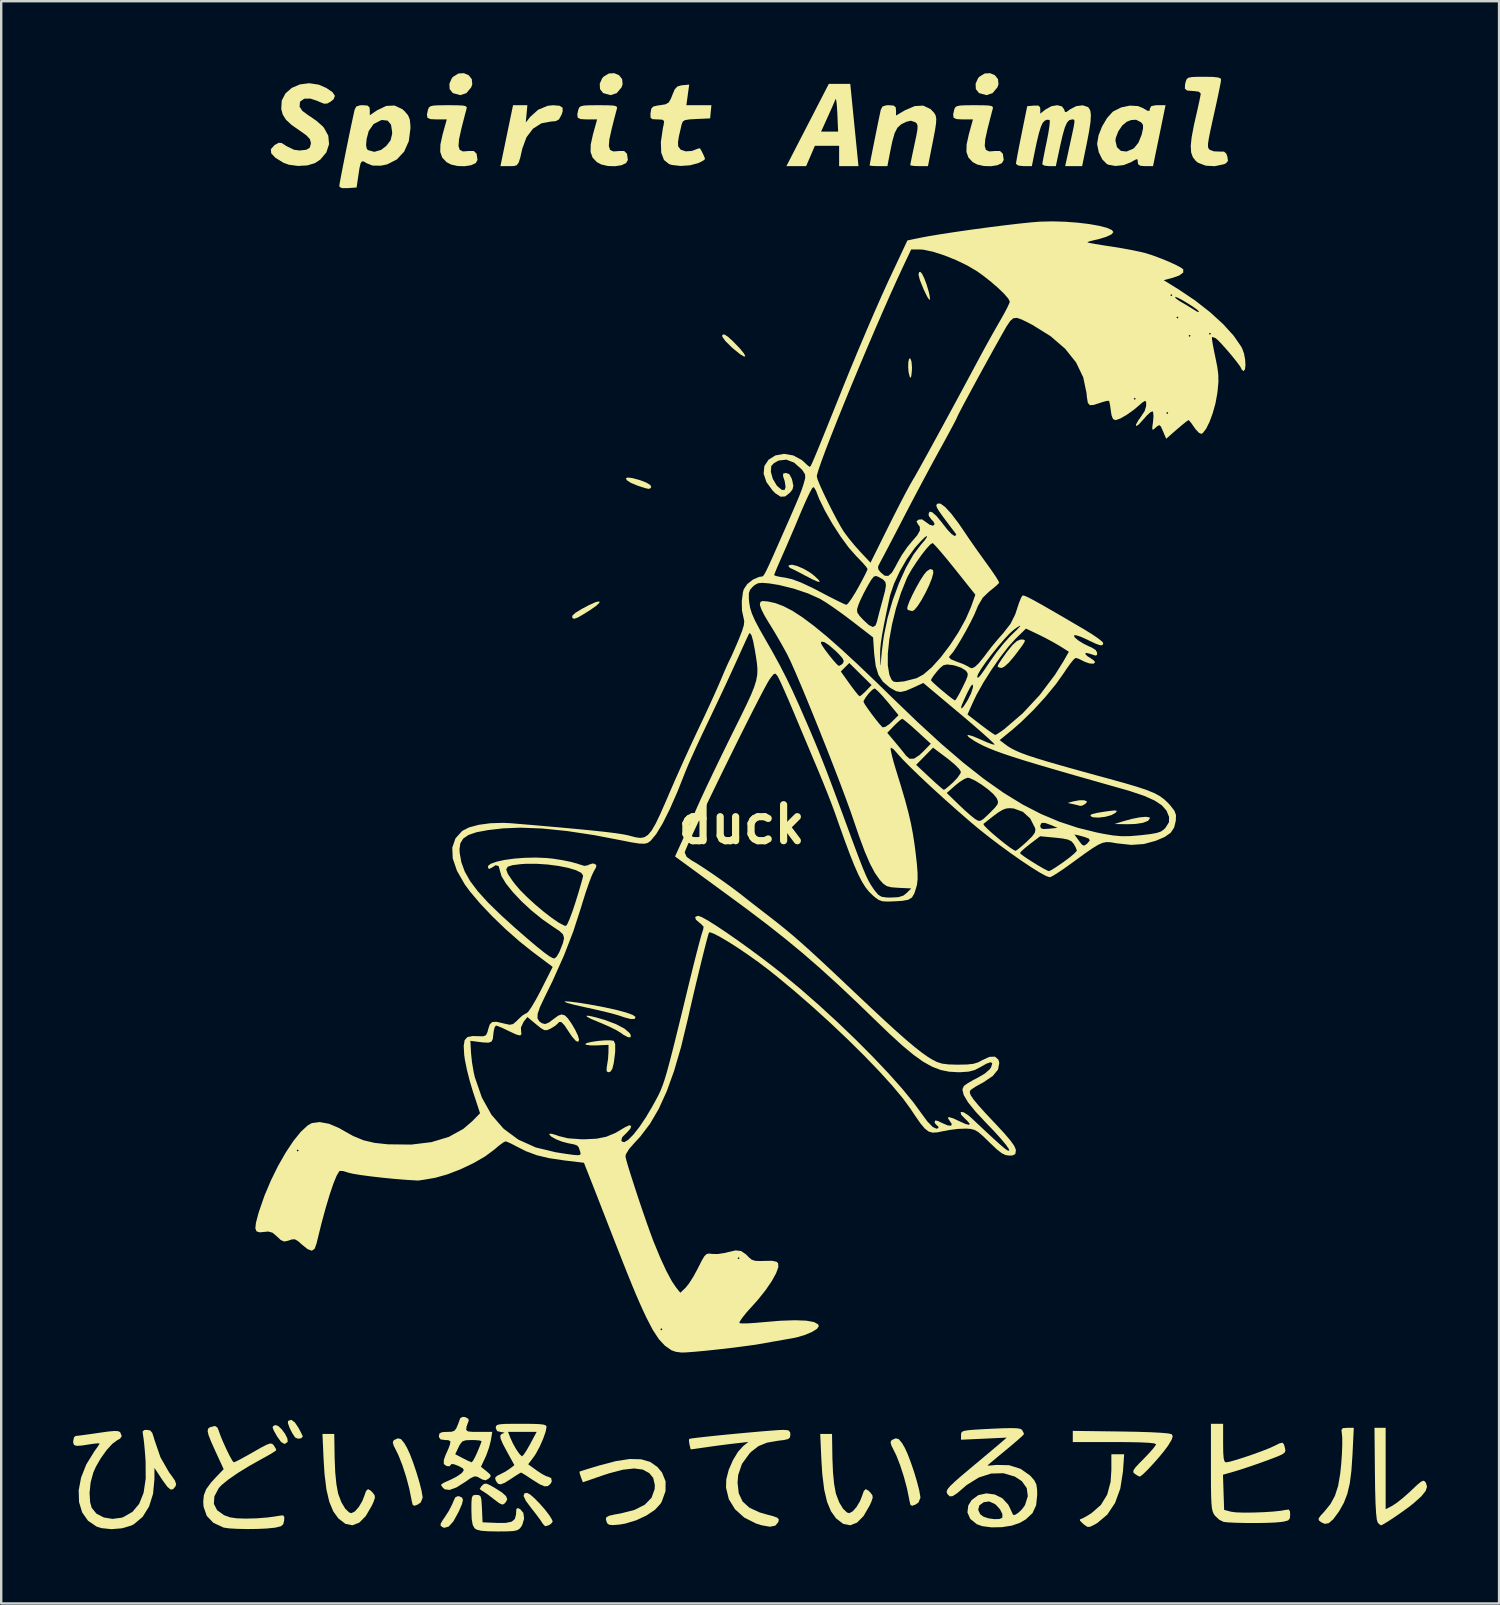
<source format=kicad_pcb>
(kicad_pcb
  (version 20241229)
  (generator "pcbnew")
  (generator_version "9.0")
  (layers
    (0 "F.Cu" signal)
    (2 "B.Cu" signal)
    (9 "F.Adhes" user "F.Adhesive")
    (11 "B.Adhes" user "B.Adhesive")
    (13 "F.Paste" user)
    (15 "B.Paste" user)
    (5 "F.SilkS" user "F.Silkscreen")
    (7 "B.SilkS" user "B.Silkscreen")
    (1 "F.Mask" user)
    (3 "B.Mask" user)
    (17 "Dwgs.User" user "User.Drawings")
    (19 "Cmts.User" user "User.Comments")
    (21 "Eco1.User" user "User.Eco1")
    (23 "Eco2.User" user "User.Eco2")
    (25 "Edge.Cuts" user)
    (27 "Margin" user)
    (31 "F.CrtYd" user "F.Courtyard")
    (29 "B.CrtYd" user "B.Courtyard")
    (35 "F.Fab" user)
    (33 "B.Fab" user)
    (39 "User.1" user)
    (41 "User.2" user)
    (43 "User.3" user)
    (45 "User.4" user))
  (footprint "duck"
    (layer "F.Cu")
    (at 27.855 31.306)
    (property "Reference" "duck" (at 0 0 0) (layer "F.SilkS") (effects (font (size 1.5 1.5) (thickness 0.3))))
    (attr board_only exclude_from_pos_files exclude_from_bom)
    (fp_poly (pts (xy 16.996 -0.294) (xy 17.018 -0.262) (xy 16.938 -0.149) (xy 16.717 -0.065) (xy 16.381 -0.017) (xy 16.06 -0.008) (xy 15.536 -0.017) (xy 15.898 -0.13) (xy 16.265 -0.231) (xy 16.594 -0.295) (xy 16.849 -0.317)) (stroke (width 0) (type solid)) (fill yes) (layer "F.SilkS"))
    (fp_poly (pts (xy 7.032 -19.417) (xy 7.08 -19.286) (xy 7.1 -19.052) (xy 7.096 -18.914) (xy 7.071 -18.68) (xy 7.036 -18.61) (xy 7.006 -18.655) (xy 6.96 -18.836) (xy 6.941 -19.053) (xy 6.947 -19.256) (xy 6.976 -19.396) (xy 7.027 -19.423)) (stroke (width 0) (type solid)) (fill yes) (layer "F.SilkS"))
    (fp_poly (pts (xy -0.569 -20.323) (xy -0.365 -20.137) (xy -0.076 -19.84) (xy 0.096 -19.628) (xy 0.155 -19.511) (xy 0.102 -19.497) (xy -0.062 -19.595) (xy -0.334 -19.814) (xy -0.415 -19.886) (xy -0.675 -20.141) (xy -0.802 -20.32) (xy -0.807 -20.4) (xy -0.726 -20.421)) (stroke (width 0) (type solid)) (fill yes) (layer "F.SilkS"))
    (fp_poly (pts (xy 14.386 -0.963) (xy 14.393 -0.94) (xy 14.331 -0.862) (xy 14.206 -0.787) (xy 14.111 -0.772) (xy 14.111 -0.772) (xy 14.028 -0.795) (xy 13.848 -0.838) (xy 13.843 -0.839) (xy 13.589 -0.895) (xy 13.801 -0.955) (xy 14.062 -1.005) (xy 14.273 -1.008)) (stroke (width 0) (type solid)) (fill yes) (layer "F.SilkS"))
    (fp_poly (pts (xy -18.617 24.921) (xy -18.473 25.136) (xy -18.361 25.344) (xy -18.295 25.483) (xy -18.288 25.508) (xy -18.354 25.582) (xy -18.491 25.598) (xy -18.608 25.546) (xy -18.61 25.543) (xy -18.733 25.356) (xy -18.839 25.142) (xy -18.905 24.957) (xy -18.906 24.86) (xy -18.77 24.81)) (stroke (width 0) (type solid)) (fill yes) (layer "F.SilkS"))
    (fp_poly (pts (xy -11.373 -31.22) (xy -11.244 -31.057) (xy -11.224 -30.841) (xy -11.27 -30.713) (xy -11.471 -30.474) (xy -11.726 -30.392) (xy -12.018 -30.472) (xy -12.044 -30.487) (xy -12.167 -30.644) (xy -12.177 -30.866) (xy -12.078 -31.093) (xy -12.023 -31.157) (xy -11.801 -31.293) (xy -11.571 -31.306)) (stroke (width 0) (type solid)) (fill yes) (layer "F.SilkS"))
    (fp_poly (pts (xy -5.924 -9.241) (xy -6.056 -9.113) (xy -6.303 -8.939) (xy -6.624 -8.738) (xy -6.832 -8.62) (xy -6.958 -8.573) (xy -7.029 -8.585) (xy -7.06 -8.621) (xy -7.049 -8.705) (xy -6.919 -8.823) (xy -6.655 -8.983) (xy -6.365 -9.137) (xy -6.081 -9.264) (xy -5.933 -9.295)) (stroke (width 0) (type solid)) (fill yes) (layer "F.SilkS"))
    (fp_poly (pts (xy -5.107 -31.22) (xy -4.978 -31.057) (xy -4.959 -30.841) (xy -5.005 -30.713) (xy -5.205 -30.474) (xy -5.461 -30.392) (xy -5.753 -30.472) (xy -5.779 -30.487) (xy -5.901 -30.644) (xy -5.912 -30.866) (xy -5.812 -31.093) (xy -5.757 -31.157) (xy -5.536 -31.293) (xy -5.306 -31.306)) (stroke (width 0) (type solid)) (fill yes) (layer "F.SilkS"))
    (fp_poly (pts (xy 7.515 -22.955) (xy 7.611 -22.761) (xy 7.711 -22.494) (xy 7.799 -22.197) (xy 7.827 -22.077) (xy 7.854 -21.892) (xy 7.824 -21.86) (xy 7.742 -21.978) (xy 7.612 -22.241) (xy 7.577 -22.32) (xy 7.431 -22.679) (xy 7.372 -22.907) (xy 7.398 -23.016) (xy 7.444 -23.029)) (stroke (width 0) (type solid)) (fill yes) (layer "F.SilkS"))
    (fp_poly (pts (xy 10.556 -31.22) (xy 10.685 -31.057) (xy 10.705 -30.841) (xy 10.658 -30.713) (xy 10.458 -30.474) (xy 10.202 -30.392) (xy 9.91 -30.472) (xy 9.885 -30.487) (xy 9.762 -30.644) (xy 9.751 -30.866) (xy 9.851 -31.093) (xy 9.906 -31.157) (xy 10.128 -31.293) (xy 10.357 -31.306)) (stroke (width 0) (type solid)) (fill yes) (layer "F.SilkS"))
    (fp_poly (pts (xy 15.628 -0.576) (xy 15.62 -0.528) (xy 15.579 -0.482) (xy 15.409 -0.387) (xy 15.151 -0.317) (xy 14.873 -0.284) (xy 14.647 -0.297) (xy 14.576 -0.325) (xy 14.533 -0.379) (xy 14.594 -0.427) (xy 14.779 -0.475) (xy 15.106 -0.529) (xy 15.282 -0.554) (xy 15.525 -0.582)) (stroke (width 0) (type solid)) (fill yes) (layer "F.SilkS"))
    (fp_poly (pts (xy -19.315 25.066) (xy -19.168 25.204) (xy -19.027 25.394) (xy -18.931 25.584) (xy -18.915 25.723) (xy -18.92 25.734) (xy -19.04 25.82) (xy -19.188 25.74) (xy -19.363 25.497) (xy -19.367 25.488) (xy -19.495 25.26) (xy -19.545 25.135) (xy -19.522 25.073) (xy -19.433 25.031) (xy -19.431 25.031)) (stroke (width 0) (type solid)) (fill yes) (layer "F.SilkS"))
    (fp_poly (pts (xy -4.561 -14.435) (xy -4.238 -14.348) (xy -3.974 -14.246) (xy -3.805 -14.144) (xy -3.765 -14.059) (xy -3.767 -14.056) (xy -3.81 -14.001) (xy -3.876 -13.984) (xy -4.005 -14.011) (xy -4.24 -14.086) (xy -4.354 -14.125) (xy -4.612 -14.232) (xy -4.774 -14.336) (xy -4.826 -14.418) (xy -4.755 -14.456)) (stroke (width 0) (type solid)) (fill yes) (layer "F.SilkS"))
    (fp_poly (pts (xy 2.317 -10.769) (xy 2.585 -10.653) (xy 2.855 -10.495) (xy 3.029 -10.361) (xy 3.21 -10.189) (xy 3.259 -10.107) (xy 3.172 -10.116) (xy 2.948 -10.215) (xy 2.648 -10.37) (xy 2.37 -10.517) (xy 2.143 -10.632) (xy 2.015 -10.69) (xy 2.013 -10.691) (xy 1.951 -10.763) (xy 1.968 -10.797) (xy 2.097 -10.823)) (stroke (width 0) (type solid)) (fill yes) (layer "F.SilkS"))
    (fp_poly (pts (xy -6.333 7.98) (xy -6.065 8.043) (xy -5.717 8.144) (xy -5.242 8.319) (xy -4.885 8.507) (xy -4.668 8.695) (xy -4.621 8.776) (xy -4.626 8.872) (xy -4.735 8.867) (xy -4.923 8.767) (xy -5.022 8.695) (xy -5.212 8.578) (xy -5.507 8.43) (xy -5.852 8.28) (xy -5.954 8.239) (xy -6.278 8.103) (xy -6.445 8.013) (xy -6.462 7.971)) (stroke (width 0) (type solid)) (fill yes) (layer "F.SilkS"))
    (fp_poly (pts (xy -11.765 28.001) (xy -11.65 28.052) (xy -11.612 28.146) (xy -11.651 28.318) (xy -11.771 28.598) (xy -11.8 28.66) (xy -12.01 29.042) (xy -12.205 29.259) (xy -12.387 29.313) (xy -12.465 29.285) (xy -12.543 29.224) (xy -12.541 29.137) (xy -12.45 28.983) (xy -12.364 28.861) (xy -12.193 28.594) (xy -12.057 28.325) (xy -12.023 28.239) (xy -11.936 28.048) (xy -11.828 27.992)) (stroke (width 0) (type solid)) (fill yes) (layer "F.SilkS"))
    (fp_poly (pts (xy -10.481 27.538) (xy -10.303 27.639) (xy -9.989 27.838) (xy -9.816 27.993) (xy -9.767 28.122) (xy -9.821 28.236) (xy -9.904 28.323) (xy -9.986 28.342) (xy -10.108 28.282) (xy -10.311 28.13) (xy -10.388 28.069) (xy -10.609 27.902) (xy -10.789 27.782) (xy -10.854 27.747) (xy -10.913 27.688) (xy -10.84 27.576) (xy -10.825 27.56) (xy -10.733 27.481) (xy -10.635 27.471)) (stroke (width 0) (type solid)) (fill yes) (layer "F.SilkS"))
    (fp_poly (pts (xy -8.821 27.918) (xy -8.632 28.081) (xy -8.412 28.306) (xy -8.193 28.556) (xy -8.01 28.794) (xy -7.896 28.982) (xy -7.874 29.057) (xy -7.939 29.141) (xy -8.04 29.208) (xy -8.185 29.247) (xy -8.286 29.145) (xy -8.297 29.125) (xy -8.396 28.974) (xy -8.567 28.744) (xy -8.77 28.486) (xy -8.992 28.186) (xy -9.086 27.986) (xy -9.053 27.879) (xy -8.945 27.855)) (stroke (width 0) (type solid)) (fill yes) (layer "F.SilkS"))
    (fp_poly (pts (xy 11.757 -7.7) (xy 11.805 -7.671) (xy 11.786 -7.594) (xy 11.689 -7.444) (xy 11.506 -7.198) (xy 11.356 -7.002) (xy 11.134 -6.741) (xy 10.944 -6.571) (xy 10.827 -6.519) (xy 10.695 -6.553) (xy 10.668 -6.596) (xy 10.716 -6.696) (xy 10.842 -6.89) (xy 11.021 -7.141) (xy 11.056 -7.188) (xy 11.29 -7.477) (xy 11.469 -7.641) (xy 11.619 -7.703) (xy 11.653 -7.705)) (stroke (width 0) (type solid)) (fill yes) (layer "F.SilkS"))
    (fp_poly (pts (xy 7.97 -10.605) (xy 7.976 -10.6) (xy 7.989 -10.479) (xy 7.929 -10.255) (xy 7.814 -9.966) (xy 7.663 -9.651) (xy 7.496 -9.348) (xy 7.333 -9.095) (xy 7.193 -8.932) (xy 7.113 -8.89) (xy 6.953 -8.929) (xy 6.901 -8.974) (xy 6.914 -9.085) (xy 6.995 -9.3) (xy 7.125 -9.58) (xy 7.282 -9.885) (xy 7.447 -10.175) (xy 7.599 -10.41) (xy 7.712 -10.547) (xy 7.86 -10.644)) (stroke (width 0) (type solid)) (fill yes) (layer "F.SilkS"))
    (fp_poly (pts (xy -7.154 7.384) (xy -6.812 7.428) (xy -6.349 7.502) (xy -5.737 7.616) (xy -5.221 7.729) (xy -4.819 7.837) (xy -4.548 7.934) (xy -4.427 8.017) (xy -4.423 8.024) (xy -4.455 8.106) (xy -4.62 8.11) (xy -4.902 8.036) (xy -5.038 7.988) (xy -5.248 7.923) (xy -5.581 7.835) (xy -5.994 7.736) (xy -6.444 7.636) (xy -6.519 7.62) (xy -6.969 7.519) (xy -7.255 7.443) (xy -7.379 7.394) (xy -7.344 7.373)) (stroke (width 0) (type solid)) (fill yes) (layer "F.SilkS"))
    (fp_poly (pts (xy 15.892 26.966) (xy 15.781 27.676) (xy 15.562 28.278) (xy 15.239 28.762) (xy 14.818 29.116) (xy 14.715 29.175) (xy 14.531 29.266) (xy 14.419 29.277) (xy 14.297 29.199) (xy 14.212 29.128) (xy 14.101 29.014) (xy 14.097 28.959) (xy 14.104 28.959) (xy 14.221 28.913) (xy 14.424 28.8) (xy 14.585 28.698) (xy 14.973 28.358) (xy 15.235 27.93) (xy 15.377 27.398) (xy 15.409 26.907) (xy 15.409 26.247) (xy 15.676 26.247) (xy 15.942 26.247)) (stroke (width 0) (type solid)) (fill yes) (layer "F.SilkS"))
    (fp_poly (pts (xy -5.336 9.017) (xy -5.326 9.022) (xy -5.269 9.152) (xy -5.267 9.437) (xy -5.278 9.565) (xy -5.328 9.946) (xy -5.387 10.183) (xy -5.465 10.302) (xy -5.553 10.329) (xy -5.626 10.284) (xy -5.623 10.125) (xy -5.609 10.054) (xy -5.565 9.763) (xy -5.548 9.483) (xy -5.546 9.186) (xy -6.032 9.208) (xy -6.294 9.208) (xy -6.47 9.185) (xy -6.519 9.155) (xy -6.443 9.107) (xy -6.25 9.062) (xy -5.99 9.024) (xy -5.717 9) (xy -5.482 8.996)) (stroke (width 0) (type solid)) (fill yes) (layer "F.SilkS"))
    (fp_poly (pts (xy -14.192 25.619) (xy -14.059 25.78) (xy -13.946 25.973) (xy -13.823 26.24) (xy -13.686 26.6) (xy -13.55 27.004) (xy -13.429 27.407) (xy -13.339 27.76) (xy -13.295 28.016) (xy -13.293 28.063) (xy -13.371 28.255) (xy -13.501 28.346) (xy -13.639 28.396) (xy -13.709 28.352) (xy -13.75 28.18) (xy -13.759 28.127) (xy -13.849 27.681) (xy -13.98 27.187) (xy -14.135 26.708) (xy -14.294 26.302) (xy -14.375 26.135) (xy -14.497 25.892) (xy -14.537 25.751) (xy -14.502 25.671) (xy -14.473 25.649) (xy -14.32 25.582)) (stroke (width 0) (type solid)) (fill yes) (layer "F.SilkS"))
    (fp_poly (pts (xy 6.551 25.619) (xy 6.684 25.78) (xy 6.797 25.973) (xy 6.92 26.24) (xy 7.057 26.6) (xy 7.194 27.004) (xy 7.314 27.407) (xy 7.404 27.76) (xy 7.448 28.016) (xy 7.451 28.063) (xy 7.372 28.255) (xy 7.242 28.346) (xy 7.104 28.396) (xy 7.035 28.352) (xy 6.993 28.18) (xy 6.985 28.127) (xy 6.895 27.681) (xy 6.763 27.187) (xy 6.608 26.708) (xy 6.45 26.302) (xy 6.368 26.135) (xy 6.246 25.892) (xy 6.206 25.751) (xy 6.241 25.671) (xy 6.27 25.649) (xy 6.424 25.582)) (stroke (width 0) (type solid)) (fill yes) (layer "F.SilkS"))
    (fp_poly (pts (xy -8.961 -29.612) (xy -8.994 -29.252) (xy -8.808 -29.487) (xy -8.478 -29.783) (xy -8.086 -29.946) (xy -7.857 -29.971) (xy -7.585 -29.948) (xy -7.459 -29.867) (xy -7.459 -29.705) (xy -7.507 -29.57) (xy -7.611 -29.38) (xy -7.756 -29.305) (xy -7.921 -29.295) (xy -8.343 -29.217) (xy -8.696 -28.992) (xy -8.967 -28.633) (xy -9.142 -28.153) (xy -9.145 -28.136) (xy -9.222 -27.796) (xy -9.286 -27.588) (xy -9.362 -27.479) (xy -9.476 -27.438) (xy -9.652 -27.432) (xy -9.688 -27.432) (xy -10.051 -27.432) (xy -9.788 -28.702) (xy -9.525 -29.972) (xy -9.227 -29.972) (xy -8.928 -29.972)) (stroke (width 0) (type solid)) (fill yes) (layer "F.SilkS"))
    (fp_poly (pts (xy 25.457 26.268) (xy 25.412 26.932) (xy 25.344 27.463) (xy 25.242 27.896) (xy 25.1 28.265) (xy 24.909 28.607) (xy 24.885 28.644) (xy 24.658 28.952) (xy 24.472 29.116) (xy 24.305 29.149) (xy 24.153 29.081) (xy 24.057 29.004) (xy 24.043 28.928) (xy 24.123 28.811) (xy 24.28 28.641) (xy 24.537 28.325) (xy 24.725 27.981) (xy 24.857 27.571) (xy 24.946 27.055) (xy 24.989 26.636) (xy 25.017 26.225) (xy 25.031 25.849) (xy 25.03 25.556) (xy 25.018 25.421) (xy 24.997 25.234) (xy 25.055 25.159) (xy 25.234 25.146) (xy 25.24 25.146) (xy 25.511 25.146)) (stroke (width 0) (type solid)) (fill yes) (layer "F.SilkS"))
    (fp_poly (pts (xy 4.699 -29.146) (xy 4.87 -27.432) (xy 4.467 -27.432) (xy 4.064 -27.432) (xy 4.064 -27.855) (xy 4.064 -28.279) (xy 3.558 -28.279) (xy 3.053 -28.279) (xy 2.871 -27.855) (xy 2.688 -27.432) (xy 2.277 -27.432) (xy 1.866 -27.432) (xy 2.608 -28.871) (xy 3.312 -28.871) (xy 3.667 -28.871) (xy 4.022 -28.871) (xy 3.99 -29.612) (xy 3.972 -29.924) (xy 3.949 -30.142) (xy 3.925 -30.235) (xy 3.914 -30.226) (xy 3.859 -30.092) (xy 3.754 -29.85) (xy 3.619 -29.55) (xy 3.59 -29.485) (xy 3.312 -28.871) (xy 2.608 -28.871) (xy 2.75 -29.146) (xy 3.634 -30.861) (xy 4.081 -30.861) (xy 4.528 -30.861)) (stroke (width 0) (type solid)) (fill yes) (layer "F.SilkS"))
    (fp_poly (pts (xy 26.607 25.146) (xy 26.839 25.146) (xy 26.839 26.842) (xy 26.839 28.537) (xy 27.114 28.395) (xy 27.307 28.268) (xy 27.567 28.061) (xy 27.846 27.813) (xy 27.9 27.762) (xy 28.151 27.525) (xy 28.311 27.392) (xy 28.409 27.348) (xy 28.473 27.378) (xy 28.516 27.437) (xy 28.564 27.598) (xy 28.504 27.779) (xy 28.322 28.003) (xy 28.005 28.288) (xy 28.002 28.291) (xy 27.794 28.454) (xy 27.528 28.647) (xy 27.243 28.845) (xy 26.977 29.021) (xy 26.766 29.151) (xy 26.649 29.209) (xy 26.642 29.21) (xy 26.565 29.154) (xy 26.508 29.092) (xy 26.47 28.968) (xy 26.44 28.693) (xy 26.416 28.262) (xy 26.4 27.671) (xy 26.392 27.06) (xy 26.374 25.146)) (stroke (width 0) (type solid)) (fill yes) (layer "F.SilkS"))
    (fp_poly (pts (xy -17.221 25.4) (xy -16.976 25.4) (xy -16.959 26.422) (xy -16.935 27.003) (xy -16.886 27.5) (xy -16.817 27.872) (xy -16.807 27.907) (xy -16.677 28.251) (xy -16.516 28.519) (xy -16.349 28.676) (xy -16.259 28.702) (xy -16.117 28.63) (xy -15.955 28.447) (xy -15.809 28.2) (xy -15.733 28.007) (xy -15.65 27.777) (xy -15.568 27.7) (xy -15.456 27.763) (xy -15.375 27.846) (xy -15.295 27.952) (xy -15.28 28.06) (xy -15.336 28.226) (xy -15.412 28.392) (xy -15.664 28.825) (xy -15.934 29.097) (xy -16.217 29.206) (xy -16.508 29.149) (xy -16.801 28.925) (xy -16.804 28.922) (xy -17.017 28.626) (xy -17.181 28.231) (xy -17.301 27.72) (xy -17.381 27.074) (xy -17.418 26.493) (xy -17.467 25.4)) (stroke (width 0) (type solid)) (fill yes) (layer "F.SilkS"))
    (fp_poly (pts (xy 3.522 25.4) (xy 3.768 25.4) (xy 3.784 26.422) (xy 3.808 27.003) (xy 3.857 27.5) (xy 3.926 27.872) (xy 3.936 27.907) (xy 4.067 28.251) (xy 4.228 28.519) (xy 4.395 28.676) (xy 4.484 28.702) (xy 4.626 28.63) (xy 4.788 28.447) (xy 4.935 28.2) (xy 5.011 28.007) (xy 5.093 27.777) (xy 5.175 27.7) (xy 5.287 27.763) (xy 5.368 27.846) (xy 5.449 27.952) (xy 5.463 28.06) (xy 5.407 28.226) (xy 5.331 28.392) (xy 5.079 28.825) (xy 4.809 29.097) (xy 4.526 29.206) (xy 4.235 29.149) (xy 3.942 28.925) (xy 3.939 28.922) (xy 3.726 28.626) (xy 3.562 28.231) (xy 3.442 27.72) (xy 3.362 27.074) (xy 3.325 26.493) (xy 3.276 25.4)) (stroke (width 0) (type solid)) (fill yes) (layer "F.SilkS"))
    (fp_poly (pts (xy -10.942 27.951) (xy -10.877 28.008) (xy -10.843 28.15) (xy -10.825 28.413) (xy -10.82 28.512) (xy -10.795 29.083) (xy -10.216 29.108) (xy -9.83 29.108) (xy -9.583 29.057) (xy -9.448 28.942) (xy -9.4 28.75) (xy -9.398 28.689) (xy -9.385 28.522) (xy -9.321 28.491) (xy -9.229 28.533) (xy -9.095 28.69) (xy -9.064 28.928) (xy -9.139 29.189) (xy -9.191 29.276) (xy -9.266 29.363) (xy -9.366 29.418) (xy -9.529 29.448) (xy -9.79 29.461) (xy -10.159 29.464) (xy -10.577 29.457) (xy -10.859 29.434) (xy -11.034 29.391) (xy -11.128 29.331) (xy -11.205 29.193) (xy -11.248 28.951) (xy -11.261 28.573) (xy -11.261 28.569) (xy -11.258 28.248) (xy -11.242 28.06) (xy -11.2 27.97) (xy -11.121 27.942) (xy -11.053 27.94)) (stroke (width 0) (type solid)) (fill yes) (layer "F.SilkS"))
    (fp_poly (pts (xy 15.808 25.299) (xy 16.482 25.311) (xy 17.043 25.329) (xy 17.479 25.352) (xy 17.775 25.379) (xy 17.916 25.409) (xy 17.923 25.413) (xy 17.966 25.498) (xy 17.922 25.639) (xy 17.782 25.872) (xy 17.766 25.896) (xy 17.607 26.111) (xy 17.395 26.369) (xy 17.16 26.636) (xy 16.933 26.88) (xy 16.742 27.068) (xy 16.616 27.169) (xy 16.593 27.178) (xy 16.492 27.134) (xy 16.39 27.067) (xy 16.326 27.004) (xy 16.325 26.927) (xy 16.402 26.809) (xy 16.574 26.621) (xy 16.755 26.439) (xy 16.989 26.194) (xy 17.168 25.989) (xy 17.263 25.855) (xy 17.272 25.83) (xy 17.198 25.795) (xy 16.974 25.769) (xy 16.594 25.751) (xy 16.053 25.741) (xy 15.536 25.739) (xy 13.801 25.739) (xy 13.801 25.506) (xy 13.801 25.273)) (stroke (width 0) (type solid)) (fill yes) (layer "F.SilkS"))
    (fp_poly (pts (xy -11.847 -29.969) (xy -11.615 -29.957) (xy -11.494 -29.929) (xy -11.455 -29.881) (xy -11.462 -29.824) (xy -11.503 -29.676) (xy -11.571 -29.413) (xy -11.655 -29.083) (xy -11.684 -28.969) (xy -11.775 -28.551) (xy -11.798 -28.27) (xy -11.745 -28.108) (xy -11.611 -28.045) (xy -11.388 -28.061) (xy -11.382 -28.063) (xy -11.161 -28.064) (xy -11.043 -27.949) (xy -11.007 -27.698) (xy -11.007 -27.689) (xy -11.081 -27.558) (xy -11.275 -27.47) (xy -11.541 -27.429) (xy -11.834 -27.438) (xy -12.11 -27.5) (xy -12.298 -27.6) (xy -12.476 -27.789) (xy -12.559 -28.022) (xy -12.552 -28.333) (xy -12.46 -28.757) (xy -12.452 -28.784) (xy -12.287 -29.379) (xy -12.705 -29.379) (xy -12.969 -29.392) (xy -13.095 -29.451) (xy -13.113 -29.591) (xy -13.07 -29.782) (xy -13.036 -29.87) (xy -12.969 -29.926) (xy -12.835 -29.957) (xy -12.601 -29.969) (xy -12.232 -29.972) (xy -12.219 -29.972)) (stroke (width 0) (type solid)) (fill yes) (layer "F.SilkS"))
    (fp_poly (pts (xy -5.581 -29.969) (xy -5.349 -29.957) (xy -5.228 -29.929) (xy -5.189 -29.881) (xy -5.197 -29.824) (xy -5.237 -29.676) (xy -5.306 -29.413) (xy -5.39 -29.083) (xy -5.418 -28.969) (xy -5.51 -28.551) (xy -5.533 -28.27) (xy -5.48 -28.108) (xy -5.345 -28.045) (xy -5.122 -28.061) (xy -5.116 -28.063) (xy -4.895 -28.064) (xy -4.777 -27.949) (xy -4.741 -27.698) (xy -4.741 -27.689) (xy -4.816 -27.558) (xy -5.009 -27.47) (xy -5.276 -27.429) (xy -5.569 -27.438) (xy -5.844 -27.5) (xy -6.033 -27.6) (xy -6.211 -27.789) (xy -6.294 -28.022) (xy -6.287 -28.333) (xy -6.194 -28.757) (xy -6.187 -28.784) (xy -6.022 -29.379) (xy -6.44 -29.379) (xy -6.704 -29.392) (xy -6.83 -29.451) (xy -6.847 -29.591) (xy -6.805 -29.782) (xy -6.771 -29.87) (xy -6.704 -29.926) (xy -6.57 -29.957) (xy -6.335 -29.969) (xy -5.966 -29.972) (xy -5.953 -29.972)) (stroke (width 0) (type solid)) (fill yes) (layer "F.SilkS"))
    (fp_poly (pts (xy 10.082 -29.969) (xy 10.314 -29.957) (xy 10.435 -29.929) (xy 10.474 -29.881) (xy 10.466 -29.824) (xy 10.426 -29.676) (xy 10.358 -29.413) (xy 10.274 -29.083) (xy 10.245 -28.969) (xy 10.153 -28.551) (xy 10.131 -28.27) (xy 10.183 -28.108) (xy 10.318 -28.045) (xy 10.541 -28.061) (xy 10.547 -28.063) (xy 10.768 -28.064) (xy 10.886 -27.949) (xy 10.922 -27.698) (xy 10.922 -27.689) (xy 10.847 -27.558) (xy 10.654 -27.47) (xy 10.388 -27.429) (xy 10.094 -27.438) (xy 9.819 -27.5) (xy 9.631 -27.6) (xy 9.453 -27.789) (xy 9.369 -28.022) (xy 9.376 -28.333) (xy 9.469 -28.757) (xy 9.476 -28.784) (xy 9.641 -29.379) (xy 9.223 -29.379) (xy 8.959 -29.392) (xy 8.833 -29.451) (xy 8.816 -29.591) (xy 8.859 -29.782) (xy 8.893 -29.87) (xy 8.96 -29.926) (xy 9.094 -29.957) (xy 9.328 -29.969) (xy 9.697 -29.972) (xy 9.71 -29.972)) (stroke (width 0) (type solid)) (fill yes) (layer "F.SilkS"))
    (fp_poly (pts (xy -4.19 26.456) (xy -3.811 26.566) (xy -3.507 26.779) (xy -3.317 27.009) (xy -3.168 27.375) (xy -3.171 27.786) (xy -3.325 28.214) (xy -3.381 28.311) (xy -3.612 28.563) (xy -3.966 28.8) (xy -4.395 29) (xy -4.851 29.137) (xy -5.088 29.177) (xy -5.367 29.2) (xy -5.523 29.184) (xy -5.6 29.123) (xy -5.617 29.086) (xy -5.657 28.956) (xy -5.635 28.87) (xy -5.522 28.81) (xy -5.29 28.757) (xy -5.056 28.716) (xy -4.469 28.569) (xy -4.035 28.35) (xy -3.753 28.06) (xy -3.624 27.699) (xy -3.616 27.53) (xy -3.684 27.232) (xy -3.849 27.032) (xy -4.117 26.886) (xy -4.476 26.839) (xy -4.94 26.89) (xy -5.521 27.041) (xy -5.784 27.127) (xy -6.615 27.414) (xy -6.697 27.2) (xy -6.749 27.038) (xy -6.755 26.97) (xy -6.669 26.941) (xy -6.457 26.874) (xy -6.155 26.782) (xy -5.943 26.718) (xy -5.24 26.533) (xy -4.661 26.445)) (stroke (width 0) (type solid)) (fill yes) (layer "F.SilkS"))
    (fp_poly (pts (xy 19.635 -31.151) (xy 19.856 -31.128) (xy 19.962 -31.086) (xy 19.981 -31.039) (xy 19.964 -30.916) (xy 19.915 -30.663) (xy 19.843 -30.314) (xy 19.754 -29.905) (xy 19.738 -29.833) (xy 19.615 -29.28) (xy 19.526 -28.869) (xy 19.468 -28.576) (xy 19.438 -28.38) (xy 19.434 -28.256) (xy 19.451 -28.182) (xy 19.487 -28.134) (xy 19.514 -28.111) (xy 19.678 -28.049) (xy 19.905 -28.04) (xy 19.905 -28.04) (xy 20.102 -28.038) (xy 20.2 -27.952) (xy 20.243 -27.83) (xy 20.268 -27.65) (xy 20.187 -27.552) (xy 20.097 -27.512) (xy 19.718 -27.43) (xy 19.34 -27.452) (xy 19.025 -27.572) (xy 18.935 -27.64) (xy 18.807 -27.798) (xy 18.734 -28.001) (xy 18.717 -28.275) (xy 18.755 -28.643) (xy 18.848 -29.132) (xy 18.923 -29.464) (xy 19.009 -29.838) (xy 19.078 -30.156) (xy 19.122 -30.378) (xy 19.133 -30.459) (xy 19.055 -30.534) (xy 18.832 -30.564) (xy 18.796 -30.565) (xy 18.568 -30.582) (xy 18.472 -30.66) (xy 18.479 -30.838) (xy 18.511 -30.967) (xy 18.548 -31.06) (xy 18.621 -31.117) (xy 18.767 -31.146) (xy 19.021 -31.156) (xy 19.272 -31.157)) (stroke (width 0) (type solid)) (fill yes) (layer "F.SilkS"))
    (fp_poly (pts (xy 6.339 -29.956) (xy 6.421 -29.884) (xy 6.435 -29.757) (xy 6.435 -29.542) (xy 6.802 -29.757) (xy 7.213 -29.935) (xy 7.567 -29.955) (xy 7.863 -29.816) (xy 7.92 -29.764) (xy 8.021 -29.656) (xy 8.085 -29.549) (xy 8.112 -29.412) (xy 8.103 -29.215) (xy 8.059 -28.924) (xy 7.98 -28.51) (xy 7.947 -28.342) (xy 7.766 -27.432) (xy 7.396 -27.432) (xy 7.173 -27.441) (xy 7.042 -27.464) (xy 7.027 -27.476) (xy 7.044 -27.572) (xy 7.09 -27.796) (xy 7.156 -28.11) (xy 7.205 -28.339) (xy 7.284 -28.715) (xy 7.327 -28.961) (xy 7.333 -29.111) (xy 7.306 -29.199) (xy 7.245 -29.259) (xy 7.238 -29.263) (xy 7.054 -29.325) (xy 6.871 -29.283) (xy 6.652 -29.178) (xy 6.495 -29.034) (xy 6.38 -28.815) (xy 6.285 -28.487) (xy 6.222 -28.19) (xy 6.075 -27.432) (xy 5.704 -27.432) (xy 5.481 -27.438) (xy 5.349 -27.454) (xy 5.334 -27.463) (xy 5.35 -27.554) (xy 5.392 -27.774) (xy 5.454 -28.086) (xy 5.527 -28.452) (xy 5.604 -28.836) (xy 5.678 -29.2) (xy 5.742 -29.508) (xy 5.787 -29.722) (xy 5.8 -29.782) (xy 5.869 -29.915) (xy 6.022 -29.967) (xy 6.14 -29.972)) (stroke (width 0) (type solid)) (fill yes) (layer "F.SilkS"))
    (fp_poly (pts (xy -17.622 -30.828) (xy -17.301 -30.688) (xy -17.045 -30.511) (xy -16.948 -30.36) (xy -17.004 -30.219) (xy -17.134 -30.114) (xy -17.276 -30.038) (xy -17.409 -30.037) (xy -17.602 -30.115) (xy -17.663 -30.145) (xy -17.968 -30.247) (xy -18.22 -30.244) (xy -18.383 -30.136) (xy -18.406 -30.091) (xy -18.42 -29.908) (xy -18.303 -29.732) (xy -18.039 -29.539) (xy -17.993 -29.512) (xy -17.721 -29.324) (xy -17.474 -29.107) (xy -17.408 -29.036) (xy -17.224 -28.702) (xy -17.192 -28.348) (xy -17.305 -28.006) (xy -17.552 -27.71) (xy -17.783 -27.557) (xy -18.098 -27.463) (xy -18.486 -27.441) (xy -18.864 -27.491) (xy -19.092 -27.573) (xy -19.429 -27.781) (xy -19.603 -27.967) (xy -19.617 -28.138) (xy -19.473 -28.3) (xy -19.436 -28.325) (xy -19.289 -28.405) (xy -19.169 -28.397) (xy -19.002 -28.292) (xy -18.969 -28.268) (xy -18.652 -28.115) (xy -18.42 -28.084) (xy -18.143 -28.114) (xy -17.998 -28.2) (xy -17.95 -28.365) (xy -17.949 -28.408) (xy -17.992 -28.559) (xy -18.14 -28.718) (xy -18.394 -28.899) (xy -18.755 -29.15) (xy -18.989 -29.368) (xy -19.123 -29.583) (xy -19.185 -29.813) (xy -19.164 -30.166) (xy -19.008 -30.464) (xy -18.747 -30.692) (xy -18.409 -30.838) (xy -18.024 -30.888)) (stroke (width 0) (type solid)) (fill yes) (layer "F.SilkS"))
    (fp_poly (pts (xy 17.406 -28.702) (xy 17.145 -27.432) (xy 16.828 -27.432) (xy 16.614 -27.448) (xy 16.524 -27.513) (xy 16.51 -27.6) (xy 16.503 -27.705) (xy 16.452 -27.721) (xy 16.316 -27.65) (xy 16.235 -27.6) (xy 15.922 -27.476) (xy 15.578 -27.439) (xy 15.278 -27.494) (xy 15.219 -27.523) (xy 15.031 -27.713) (xy 14.887 -28.003) (xy 14.819 -28.325) (xy 14.817 -28.38) (xy 14.837 -28.493) (xy 15.579 -28.493) (xy 15.641 -28.224) (xy 15.805 -28.069) (xy 16.039 -28.041) (xy 16.307 -28.153) (xy 16.361 -28.192) (xy 16.536 -28.41) (xy 16.666 -28.729) (xy 16.675 -28.76) (xy 16.729 -29.009) (xy 16.727 -29.151) (xy 16.663 -29.242) (xy 16.627 -29.27) (xy 16.436 -29.366) (xy 16.23 -29.352) (xy 16.052 -29.283) (xy 15.863 -29.127) (xy 15.695 -28.877) (xy 15.592 -28.606) (xy 15.579 -28.493) (xy 14.837 -28.493) (xy 14.875 -28.714) (xy 15.023 -29.088) (xy 15.229 -29.436) (xy 15.458 -29.691) (xy 15.492 -29.717) (xy 15.818 -29.879) (xy 16.18 -29.955) (xy 16.517 -29.936) (xy 16.717 -29.856) (xy 16.905 -29.744) (xy 16.994 -29.735) (xy 17.018 -29.826) (xy 17.018 -29.845) (xy 17.077 -29.935) (xy 17.268 -29.971) (xy 17.342 -29.972) (xy 17.666 -29.972)) (stroke (width 0) (type solid)) (fill yes) (layer "F.SilkS"))
    (fp_poly (pts (xy -2.243 -30.401) (xy -2.302 -29.972) (xy -1.781 -29.972) (xy -1.259 -29.972) (xy -1.286 -29.697) (xy -1.312 -29.422) (xy -1.883 -29.397) (xy -2.188 -29.379) (xy -2.364 -29.348) (xy -2.453 -29.288) (xy -2.496 -29.181) (xy -2.505 -29.143) (xy -2.565 -28.881) (xy -2.616 -28.66) (xy -2.65 -28.428) (xy -2.644 -28.258) (xy -2.538 -28.118) (xy -2.33 -28.049) (xy -2.082 -28.064) (xy -1.972 -28.102) (xy -1.81 -28.165) (xy -1.736 -28.176) (xy -1.67 -28.064) (xy -1.588 -27.898) (xy -1.531 -27.759) (xy -1.524 -27.73) (xy -1.594 -27.667) (xy -1.767 -27.576) (xy -1.818 -27.555) (xy -2.155 -27.467) (xy -2.543 -27.441) (xy -2.899 -27.48) (xy -3.021 -27.517) (xy -3.235 -27.689) (xy -3.35 -27.994) (xy -3.365 -28.432) (xy -3.282 -29.007) (xy -3.251 -29.146) (xy -3.229 -29.3) (xy -3.286 -29.365) (xy -3.463 -29.379) (xy -3.509 -29.379) (xy -3.713 -29.39) (xy -3.794 -29.45) (xy -3.799 -29.606) (xy -3.794 -29.654) (xy -3.763 -29.828) (xy -3.682 -29.916) (xy -3.499 -29.959) (xy -3.397 -29.972) (xy -3.168 -30.01) (xy -3.035 -30.089) (xy -2.941 -30.256) (xy -2.888 -30.395) (xy -2.787 -30.632) (xy -2.679 -30.75) (xy -2.518 -30.798) (xy -2.466 -30.804) (xy -2.184 -30.831)) (stroke (width 0) (type solid)) (fill yes) (layer "F.SilkS"))
    (fp_poly (pts (xy 1.946 25.249) (xy 2.022 25.329) (xy 2.032 25.43) (xy 2.016 25.543) (xy 1.943 25.61) (xy 1.773 25.653) (xy 1.522 25.683) (xy 1.056 25.764) (xy 0.701 25.909) (xy 0.4 26.143) (xy 0.327 26.218) (xy 0.015 26.648) (xy -0.143 27.112) (xy -0.169 27.436) (xy -0.119 27.876) (xy 0.042 28.218) (xy 0.33 28.478) (xy 0.759 28.674) (xy 1.051 28.758) (xy 1.34 28.835) (xy 1.496 28.897) (xy 1.55 28.967) (xy 1.532 29.064) (xy 1.529 29.072) (xy 1.406 29.222) (xy 1.178 29.267) (xy 0.834 29.207) (xy 0.608 29.136) (xy 0.112 28.887) (xy -0.274 28.54) (xy -0.533 28.118) (xy -0.649 27.643) (xy -0.638 27.287) (xy -0.538 26.901) (xy -0.365 26.5) (xy -0.151 26.145) (xy 0.074 25.898) (xy 0.075 25.898) (xy 0.283 25.734) (xy -0.218 25.79) (xy -0.556 25.83) (xy -0.975 25.884) (xy -1.389 25.941) (xy -1.421 25.945) (xy -2.122 26.045) (xy -2.172 25.845) (xy -2.196 25.678) (xy -2.183 25.608) (xy -2.091 25.589) (xy -1.86 25.559) (xy -1.518 25.52) (xy -1.093 25.475) (xy -0.616 25.427) (xy -0.114 25.379) (xy 0.383 25.334) (xy 0.847 25.293) (xy 1.248 25.261) (xy 1.558 25.239) (xy 1.747 25.231) (xy 1.751 25.231)) (stroke (width 0) (type solid)) (fill yes) (layer "F.SilkS"))
    (fp_poly (pts (xy -15.589 -29.956) (xy -15.507 -29.884) (xy -15.494 -29.763) (xy -15.494 -29.554) (xy -15.186 -29.763) (xy -14.81 -29.942) (xy -14.46 -29.958) (xy -14.143 -29.809) (xy -14.048 -29.725) (xy -13.901 -29.553) (xy -13.827 -29.376) (xy -13.802 -29.124) (xy -13.801 -29.001) (xy -13.868 -28.476) (xy -14.061 -28.04) (xy -14.367 -27.711) (xy -14.771 -27.506) (xy -15.034 -27.452) (xy -15.38 -27.456) (xy -15.621 -27.551) (xy -15.744 -27.625) (xy -15.824 -27.631) (xy -15.879 -27.547) (xy -15.925 -27.345) (xy -15.976 -27.009) (xy -16.045 -26.543) (xy -16.405 -26.517) (xy -16.643 -26.515) (xy -16.749 -26.562) (xy -16.764 -26.615) (xy -16.748 -26.726) (xy -16.703 -26.972) (xy -16.636 -27.319) (xy -16.553 -27.737) (xy -16.462 -28.194) (xy -16.44 -28.3) (xy -15.65 -28.3) (xy -15.616 -28.148) (xy -15.569 -28.101) (xy -15.307 -28.028) (xy -15.024 -28.109) (xy -14.81 -28.272) (xy -14.629 -28.508) (xy -14.565 -28.771) (xy -14.563 -28.854) (xy -14.61 -29.161) (xy -14.751 -29.329) (xy -14.98 -29.355) (xy -15.029 -29.344) (xy -15.335 -29.188) (xy -15.538 -28.899) (xy -15.626 -28.572) (xy -15.65 -28.3) (xy -16.44 -28.3) (xy -16.367 -28.657) (xy -16.276 -29.096) (xy -16.194 -29.479) (xy -16.129 -29.773) (xy -16.127 -29.782) (xy -16.06 -29.915) (xy -15.907 -29.967) (xy -15.789 -29.972)) (stroke (width 0) (type solid)) (fill yes) (layer "F.SilkS"))
    (fp_poly (pts (xy 20.066 25.781) (xy 20.071 26.169) (xy 20.089 26.415) (xy 20.125 26.545) (xy 20.181 26.585) (xy 20.185 26.585) (xy 20.341 26.557) (xy 20.612 26.481) (xy 20.956 26.372) (xy 21.33 26.244) (xy 21.692 26.112) (xy 22 25.991) (xy 22.187 25.906) (xy 22.415 25.794) (xy 22.537 25.765) (xy 22.599 25.83) (xy 22.646 25.996) (xy 22.662 26.094) (xy 22.633 26.173) (xy 22.533 26.248) (xy 22.336 26.338) (xy 22.015 26.461) (xy 21.87 26.515) (xy 21.456 26.662) (xy 21.04 26.804) (xy 20.685 26.919) (xy 20.55 26.96) (xy 20.06 27.1) (xy 20.084 27.832) (xy 20.108 28.565) (xy 20.405 28.643) (xy 20.61 28.669) (xy 20.936 28.68) (xy 21.335 28.676) (xy 21.758 28.661) (xy 22.157 28.635) (xy 22.485 28.6) (xy 22.669 28.566) (xy 22.804 28.551) (xy 22.854 28.637) (xy 22.86 28.765) (xy 22.846 28.921) (xy 22.775 29.005) (xy 22.602 29.051) (xy 22.467 29.071) (xy 22.213 29.093) (xy 21.851 29.107) (xy 21.429 29.113) (xy 20.993 29.111) (xy 20.591 29.102) (xy 20.269 29.086) (xy 20.089 29.066) (xy 19.903 28.975) (xy 19.729 28.812) (xy 19.672 28.729) (xy 19.63 28.63) (xy 19.599 28.491) (xy 19.579 28.287) (xy 19.566 27.995) (xy 19.56 27.591) (xy 19.558 27.052) (xy 19.558 26.786) (xy 19.558 24.977) (xy 19.812 24.977) (xy 20.066 24.977)) (stroke (width 0) (type solid)) (fill yes) (layer "F.SilkS"))
    (fp_poly (pts (xy 13.348 -29.923) (xy 13.437 -29.804) (xy 13.475 -29.694) (xy 13.537 -29.689) (xy 13.675 -29.789) (xy 13.695 -29.804) (xy 13.948 -29.934) (xy 14.215 -29.967) (xy 14.431 -29.896) (xy 14.461 -29.87) (xy 14.529 -29.754) (xy 14.556 -29.565) (xy 14.54 -29.28) (xy 14.48 -28.879) (xy 14.377 -28.342) (xy 14.19 -27.432) (xy 13.837 -27.432) (xy 13.484 -27.432) (xy 13.682 -28.342) (xy 13.776 -28.772) (xy 13.837 -29.063) (xy 13.867 -29.242) (xy 13.868 -29.337) (xy 13.843 -29.374) (xy 13.794 -29.38) (xy 13.769 -29.379) (xy 13.654 -29.349) (xy 13.558 -29.243) (xy 13.468 -29.038) (xy 13.374 -28.709) (xy 13.279 -28.293) (xy 13.094 -27.432) (xy 12.812 -27.432) (xy 12.622 -27.453) (xy 12.532 -27.506) (xy 12.531 -27.513) (xy 12.547 -27.626) (xy 12.593 -27.865) (xy 12.658 -28.192) (xy 12.712 -28.447) (xy 12.782 -28.807) (xy 12.828 -29.104) (xy 12.844 -29.3) (xy 12.835 -29.357) (xy 12.726 -29.367) (xy 12.632 -29.326) (xy 12.55 -29.239) (xy 12.471 -29.072) (xy 12.388 -28.801) (xy 12.293 -28.405) (xy 12.192 -27.919) (xy 12.095 -27.432) (xy 11.763 -27.432) (xy 11.527 -27.457) (xy 11.435 -27.528) (xy 11.434 -27.538) (xy 11.452 -27.656) (xy 11.497 -27.906) (xy 11.564 -28.255) (xy 11.646 -28.669) (xy 11.67 -28.787) (xy 11.902 -29.93) (xy 12.174 -29.956) (xy 12.363 -29.957) (xy 12.437 -29.889) (xy 12.446 -29.802) (xy 12.446 -29.621) (xy 12.669 -29.797) (xy 12.912 -29.93) (xy 13.155 -29.972)) (stroke (width 0) (type solid)) (fill yes) (layer "F.SilkS"))
    (fp_poly (pts (xy -21.842 25.137) (xy -21.796 25.252) (xy -21.712 25.486) (xy -21.593 25.77) (xy -21.458 26.064) (xy -21.329 26.325) (xy -21.223 26.513) (xy -21.162 26.585) (xy -21.162 26.585) (xy -21.065 26.545) (xy -20.856 26.438) (xy -20.57 26.28) (xy -20.351 26.156) (xy -20.013 25.963) (xy -19.789 25.848) (xy -19.65 25.8) (xy -19.565 25.81) (xy -19.504 25.867) (xy -19.498 25.876) (xy -19.411 26.015) (xy -19.389 26.072) (xy -19.459 26.131) (xy -19.644 26.246) (xy -19.908 26.395) (xy -20.003 26.446) (xy -20.523 26.737) (xy -20.991 27.025) (xy -21.38 27.294) (xy -21.663 27.523) (xy -21.786 27.653) (xy -21.971 28.001) (xy -21.992 28.315) (xy -21.856 28.581) (xy -21.567 28.787) (xy -21.319 28.876) (xy -21.043 28.917) (xy -20.653 28.929) (xy -20.202 28.917) (xy -19.742 28.88) (xy -19.326 28.82) (xy -19.278 28.811) (xy -19.109 28.792) (xy -19.056 28.862) (xy -19.064 29.008) (xy -19.101 29.162) (xy -19.196 29.247) (xy -19.398 29.298) (xy -19.473 29.31) (xy -19.782 29.341) (xy -20.172 29.359) (xy -20.595 29.364) (xy -21.002 29.356) (xy -21.345 29.337) (xy -21.575 29.305) (xy -21.597 29.298) (xy -22.013 29.104) (xy -22.288 28.817) (xy -22.422 28.435) (xy -22.437 28.227) (xy -22.409 27.951) (xy -22.312 27.703) (xy -22.118 27.436) (xy -21.916 27.214) (xy -21.584 26.869) (xy -21.926 26.126) (xy -22.103 25.731) (xy -22.21 25.461) (xy -22.252 25.287) (xy -22.235 25.185) (xy -22.165 25.126) (xy -22.133 25.113) (xy -21.945 25.067)) (stroke (width 0) (type solid)) (fill yes) (layer "F.SilkS"))
    (fp_poly (pts (xy -8.738 24.98) (xy -8.433 24.991) (xy -8.246 25.013) (xy -8.153 25.05) (xy -8.128 25.103) (xy -8.168 25.312) (xy -8.273 25.608) (xy -8.416 25.932) (xy -8.574 26.226) (xy -8.675 26.376) (xy -8.895 26.665) (xy -8.541 26.922) (xy -8.318 27.069) (xy -8.139 27.162) (xy -8.078 27.178) (xy -7.936 27.239) (xy -7.91 27.379) (xy -7.962 27.478) (xy -8.073 27.573) (xy -8.208 27.584) (xy -8.401 27.505) (xy -8.687 27.327) (xy -8.721 27.305) (xy -8.954 27.151) (xy -9.124 27.044) (xy -9.191 27.009) (xy -9.271 27.052) (xy -9.447 27.163) (xy -9.597 27.263) (xy -9.866 27.433) (xy -10.039 27.502) (xy -10.152 27.475) (xy -10.239 27.358) (xy -10.24 27.357) (xy -10.274 27.231) (xy -10.186 27.142) (xy -10.094 27.1) (xy -9.844 26.97) (xy -9.666 26.852) (xy -9.469 26.701) (xy -9.772 26.149) (xy -9.949 25.817) (xy -10.042 25.6) (xy -10.059 25.472) (xy -10.004 25.402) (xy -9.927 25.374) (xy -9.88 25.344) (xy -9.993 25.326) (xy -10.012 25.325) (xy -10.053 25.315) (xy -9.732 25.315) (xy -9.644 25.547) (xy -9.535 25.788) (xy -9.399 26.03) (xy -9.266 26.225) (xy -9.166 26.326) (xy -9.149 26.331) (xy -9.079 26.262) (xy -8.959 26.081) (xy -8.814 25.827) (xy -8.812 25.823) (xy -8.541 25.315) (xy -9.137 25.315) (xy -9.732 25.315) (xy -10.053 25.315) (xy -10.19 25.282) (xy -10.245 25.157) (xy -10.245 25.146) (xy -10.235 25.076) (xy -10.188 25.028) (xy -10.075 24.999) (xy -9.87 24.983) (xy -9.545 24.978) (xy -9.186 24.977)) (stroke (width 0) (type solid)) (fill yes) (layer "F.SilkS"))
    (fp_poly (pts (xy -24.65 25.254) (xy -24.562 25.352) (xy -24.49 25.567) (xy -24.473 25.633) (xy -24.219 26.373) (xy -23.859 27.002) (xy -23.778 27.11) (xy -23.616 27.34) (xy -23.565 27.495) (xy -23.592 27.585) (xy -23.695 27.706) (xy -23.8 27.716) (xy -23.931 27.603) (xy -24.113 27.355) (xy -24.154 27.294) (xy -24.469 26.816) (xy -24.469 27.28) (xy -24.527 27.896) (xy -24.694 28.427) (xy -24.961 28.855) (xy -25.317 29.157) (xy -25.434 29.218) (xy -25.823 29.333) (xy -26.264 29.369) (xy -26.68 29.325) (xy -26.882 29.26) (xy -27.238 29.017) (xy -27.482 28.669) (xy -27.611 28.239) (xy -27.626 27.749) (xy -27.526 27.22) (xy -27.311 26.675) (xy -26.979 26.135) (xy -26.957 26.104) (xy -26.829 25.926) (xy -26.759 25.813) (xy -26.755 25.8) (xy -26.829 25.792) (xy -27.02 25.811) (xy -27.157 25.832) (xy -27.498 25.884) (xy -27.705 25.897) (xy -27.812 25.866) (xy -27.851 25.784) (xy -27.855 25.696) (xy -27.819 25.537) (xy -27.75 25.484) (xy -27.625 25.472) (xy -27.374 25.439) (xy -27.039 25.392) (xy -26.802 25.357) (xy -26.4 25.301) (xy -26.136 25.277) (xy -25.979 25.286) (xy -25.902 25.325) (xy -25.893 25.336) (xy -25.831 25.491) (xy -25.904 25.6) (xy -26.024 25.664) (xy -26.228 25.816) (xy -26.466 26.079) (xy -26.703 26.411) (xy -26.908 26.766) (xy -27.016 27.007) (xy -27.128 27.42) (xy -27.173 27.856) (xy -27.149 28.25) (xy -27.082 28.482) (xy -26.886 28.723) (xy -26.582 28.881) (xy -26.219 28.941) (xy -25.842 28.892) (xy -25.765 28.866) (xy -25.384 28.647) (xy -25.104 28.311) (xy -24.921 27.853) (xy -24.833 27.264) (xy -24.837 26.546) (xy -24.865 26.157) (xy -24.897 25.809) (xy -24.927 25.551) (xy -24.943 25.463) (xy -24.963 25.297) (xy -24.889 25.237) (xy -24.785 25.231)) (stroke (width 0) (type solid)) (fill yes) (layer "F.SilkS"))
    (fp_poly (pts (xy -11.515 24.698) (xy -11.388 24.771) (xy -11.371 24.84) (xy -11.461 25.089) (xy -11.479 25.232) (xy -11.399 25.297) (xy -11.194 25.315) (xy -10.959 25.315) (xy -10.392 25.315) (xy -10.447 25.659) (xy -10.52 25.953) (xy -10.637 26.281) (xy -10.683 26.386) (xy -10.863 26.77) (xy -10.63 26.956) (xy -10.481 27.087) (xy -10.456 27.171) (xy -10.538 27.26) (xy -10.539 27.261) (xy -10.664 27.332) (xy -10.801 27.301) (xy -10.9 27.246) (xy -11.033 27.177) (xy -11.148 27.173) (xy -11.297 27.246) (xy -11.508 27.393) (xy -11.886 27.631) (xy -12.172 27.735) (xy -12.374 27.706) (xy -12.443 27.647) (xy -12.511 27.562) (xy -12.515 27.503) (xy -12.428 27.443) (xy -12.223 27.35) (xy -12.131 27.31) (xy -11.883 27.183) (xy -11.688 27.052) (xy -11.645 27.012) (xy -11.577 26.913) (xy -11.614 26.837) (xy -11.782 26.743) (xy -11.812 26.729) (xy -11.998 26.659) (xy -12.1 26.657) (xy -12.107 26.671) (xy -12.166 26.746) (xy -12.289 26.741) (xy -12.397 26.665) (xy -12.412 26.635) (xy -12.409 26.481) (xy -12.336 26.276) (xy -12.336 26.275) (xy -12.322 26.245) (xy -11.934 26.245) (xy -11.619 26.411) (xy -11.411 26.516) (xy -11.272 26.576) (xy -11.25 26.582) (xy -11.19 26.513) (xy -11.092 26.332) (xy -11.017 26.167) (xy -10.917 25.926) (xy -10.851 25.753) (xy -10.837 25.702) (xy -10.913 25.674) (xy -11.107 25.657) (xy -11.245 25.654) (xy -11.497 25.664) (xy -11.642 25.716) (xy -11.74 25.844) (xy -11.793 25.949) (xy -11.934 26.245) (xy -12.322 26.245) (xy -12.227 26.037) (xy -12.155 25.845) (xy -12.134 25.712) (xy -12.214 25.661) (xy -12.356 25.654) (xy -12.544 25.629) (xy -12.612 25.534) (xy -12.615 25.485) (xy -12.587 25.374) (xy -12.473 25.325) (xy -12.275 25.315) (xy -12.092 25.31) (xy -11.974 25.272) (xy -11.889 25.166) (xy -11.802 24.958) (xy -11.729 24.75) (xy -11.631 24.69)) (stroke (width 0) (type solid)) (fill yes) (layer "F.SilkS"))
    (fp_poly (pts (xy 11.472 25.164) (xy 11.613 25.188) (xy 11.684 25.23) (xy 11.692 25.241) (xy 11.758 25.37) (xy 11.767 25.405) (xy 11.706 25.475) (xy 11.539 25.627) (xy 11.292 25.84) (xy 11.007 26.077) (xy 10.708 26.323) (xy 10.464 26.527) (xy 10.301 26.665) (xy 10.245 26.718) (xy 10.32 26.719) (xy 10.51 26.703) (xy 10.626 26.691) (xy 11.147 26.704) (xy 11.625 26.855) (xy 12.017 27.13) (xy 12.036 27.149) (xy 12.199 27.336) (xy 12.284 27.507) (xy 12.315 27.733) (xy 12.319 27.938) (xy 12.274 28.372) (xy 12.123 28.7) (xy 11.842 28.961) (xy 11.598 29.104) (xy 11.257 29.222) (xy 10.84 29.286) (xy 10.41 29.293) (xy 10.027 29.243) (xy 9.802 29.163) (xy 9.53 28.942) (xy 9.41 28.671) (xy 9.424 28.562) (xy 9.859 28.562) (xy 9.944 28.748) (xy 10.075 28.846) (xy 10.287 28.917) (xy 10.532 28.951) (xy 10.746 28.945) (xy 10.864 28.894) (xy 10.865 28.892) (xy 10.868 28.741) (xy 10.77 28.544) (xy 10.604 28.36) (xy 10.539 28.312) (xy 10.316 28.214) (xy 10.091 28.245) (xy 10.09 28.246) (xy 9.908 28.377) (xy 9.859 28.562) (xy 9.424 28.562) (xy 9.447 28.379) (xy 9.588 28.154) (xy 9.865 27.951) (xy 10.199 27.877) (xy 10.547 27.923) (xy 10.864 28.08) (xy 11.108 28.342) (xy 11.16 28.44) (xy 11.252 28.64) (xy 11.308 28.761) (xy 11.314 28.772) (xy 11.396 28.774) (xy 11.536 28.682) (xy 11.689 28.535) (xy 11.807 28.372) (xy 11.81 28.365) (xy 11.927 27.992) (xy 11.882 27.655) (xy 11.678 27.369) (xy 11.39 27.179) (xy 10.909 27.037) (xy 10.399 27.051) (xy 9.883 27.216) (xy 9.383 27.528) (xy 9.246 27.645) (xy 8.978 27.874) (xy 8.798 27.99) (xy 8.678 28.003) (xy 8.589 27.921) (xy 8.559 27.869) (xy 8.544 27.797) (xy 8.582 27.705) (xy 8.689 27.574) (xy 8.883 27.389) (xy 9.178 27.131) (xy 9.533 26.832) (xy 9.91 26.518) (xy 10.258 26.226) (xy 10.548 25.982) (xy 10.753 25.809) (xy 10.82 25.752) (xy 11.049 25.553) (xy 10.097 25.598) (xy 9.144 25.642) (xy 9.144 25.445) (xy 9.149 25.369) (xy 9.183 25.313) (xy 9.269 25.274) (xy 9.435 25.246) (xy 9.704 25.223) (xy 10.104 25.2) (xy 10.381 25.186) (xy 10.881 25.164) (xy 11.236 25.157)) (stroke (width 0) (type solid)) (fill yes) (layer "F.SilkS"))
    (fp_poly (pts (xy 13.487 -25.115) (xy 14.005 -25.077) (xy 14.486 -25.019) (xy 14.902 -24.945) (xy 15.227 -24.861) (xy 15.433 -24.768) (xy 15.494 -24.684) (xy 15.415 -24.59) (xy 15.197 -24.487) (xy 14.871 -24.388) (xy 14.662 -24.341) (xy 14.483 -24.295) (xy 14.41 -24.257) (xy 14.411 -24.253) (xy 14.502 -24.23) (xy 14.725 -24.189) (xy 15.046 -24.137) (xy 15.37 -24.088) (xy 15.813 -24.017) (xy 16.256 -23.936) (xy 16.633 -23.857) (xy 16.806 -23.815) (xy 17.11 -23.72) (xy 17.454 -23.593) (xy 17.797 -23.453) (xy 18.097 -23.316) (xy 18.315 -23.2) (xy 18.405 -23.13) (xy 18.404 -22.999) (xy 18.24 -22.877) (xy 17.961 -22.778) (xy 17.591 -22.679) (xy 18.215 -22.293) (xy 18.895 -21.837) (xy 19.52 -21.348) (xy 20.065 -20.851) (xy 20.505 -20.366) (xy 20.816 -19.917) (xy 20.859 -19.837) (xy 20.936 -19.625) (xy 20.983 -19.376) (xy 20.997 -19.139) (xy 20.976 -18.963) (xy 20.919 -18.895) (xy 20.906 -18.897) (xy 20.826 -18.971) (xy 20.825 -18.991) (xy 20.777 -19.083) (xy 20.645 -19.263) (xy 20.458 -19.498) (xy 20.245 -19.75) (xy 20.036 -19.986) (xy 19.862 -20.169) (xy 19.752 -20.264) (xy 19.63 -20.31) (xy 19.599 -20.304) (xy 19.602 -20.214) (xy 19.637 -19.995) (xy 19.696 -19.686) (xy 19.741 -19.473) (xy 19.824 -19.061) (xy 19.865 -18.742) (xy 19.87 -18.448) (xy 19.84 -18.108) (xy 19.821 -17.951) (xy 19.746 -17.542) (xy 19.633 -17.137) (xy 19.498 -16.771) (xy 19.354 -16.482) (xy 19.216 -16.307) (xy 19.16 -16.275) (xy 19.056 -16.321) (xy 18.916 -16.472) (xy 18.864 -16.546) (xy 18.735 -16.731) (xy 18.642 -16.838) (xy 18.625 -16.848) (xy 18.544 -16.797) (xy 18.374 -16.661) (xy 18.149 -16.47) (xy 18.137 -16.46) (xy 17.693 -16.072) (xy 17.562 -16.384) (xy 17.474 -16.58) (xy 17.406 -16.641) (xy 17.315 -16.59) (xy 17.259 -16.54) (xy 17.155 -16.454) (xy 17.113 -16.461) (xy 17.118 -16.589) (xy 17.145 -16.776) (xy 17.165 -17.017) (xy 17.152 -17.145) (xy 17.695 -17.145) (xy 17.738 -17.103) (xy 17.78 -17.145) (xy 17.738 -17.187) (xy 17.695 -17.145) (xy 17.152 -17.145) (xy 17.149 -17.18) (xy 17.128 -17.214) (xy 17.039 -17.179) (xy 16.886 -17.04) (xy 16.739 -16.874) (xy 16.548 -16.665) (xy 16.443 -16.598) (xy 16.435 -16.662) (xy 16.537 -16.845) (xy 16.63 -16.974) (xy 16.795 -17.224) (xy 16.859 -17.437) (xy 16.859 -17.605) (xy 16.812 -17.652) (xy 16.683 -17.569) (xy 16.616 -17.508) (xy 16.343 -17.277) (xy 16.053 -17.071) (xy 15.79 -16.92) (xy 15.599 -16.85) (xy 15.578 -16.849) (xy 15.477 -16.894) (xy 15.416 -17.052) (xy 15.388 -17.234) (xy 15.355 -17.471) (xy 15.322 -17.626) (xy 15.31 -17.653) (xy 15.217 -17.649) (xy 15.025 -17.597) (xy 14.94 -17.568) (xy 14.669 -17.48) (xy 14.51 -17.472) (xy 14.428 -17.572) (xy 14.4 -17.738) (xy 16.341 -17.738) (xy 16.383 -17.695) (xy 16.425 -17.738) (xy 16.383 -17.78) (xy 16.341 -17.738) (xy 14.4 -17.738) (xy 14.389 -17.802) (xy 14.374 -17.972) (xy 14.237 -18.631) (xy 13.939 -19.25) (xy 13.482 -19.824) (xy 12.871 -20.35) (xy 12.851 -20.362) (xy 18.627 -20.362) (xy 18.669 -20.32) (xy 18.711 -20.362) (xy 18.669 -20.405) (xy 18.627 -20.362) (xy 12.851 -20.362) (xy 12.715 -20.447) (xy 19.473 -20.447) (xy 19.516 -20.405) (xy 19.558 -20.447) (xy 19.516 -20.489) (xy 19.473 -20.447) (xy 12.715 -20.447) (xy 12.108 -20.823) (xy 11.964 -20.897) (xy 11.68 -21.038) (xy 11.48 -21.109) (xy 11.329 -21.096) (xy 11.195 -20.984) (xy 11.042 -20.756) (xy 10.838 -20.399) (xy 10.832 -20.387) (xy 10.585 -19.947) (xy 10.32 -19.469) (xy 10.048 -18.975) (xy 9.782 -18.488) (xy 9.535 -18.032) (xy 9.318 -17.628) (xy 9.144 -17.3) (xy 9.026 -17.071) (xy 8.976 -16.963) (xy 8.975 -16.959) (xy 8.936 -16.873) (xy 8.827 -16.664) (xy 8.663 -16.357) (xy 8.457 -15.978) (xy 8.266 -15.631) (xy 7.991 -15.129) (xy 7.668 -14.529) (xy 7.324 -13.884) (xy 6.989 -13.247) (xy 6.731 -12.751) (xy 6.477 -12.26) (xy 6.241 -11.807) (xy 6.038 -11.419) (xy 5.881 -11.122) (xy 5.784 -10.941) (xy 5.77 -10.916) (xy 5.685 -10.742) (xy 5.7 -10.624) (xy 5.794 -10.505) (xy 5.963 -10.364) (xy 6.114 -10.357) (xy 6.265 -10.493) (xy 6.433 -10.782) (xy 6.472 -10.863) (xy 6.668 -11.213) (xy 6.912 -11.568) (xy 7.086 -11.777) (xy 7.32 -12.051) (xy 7.43 -12.25) (xy 7.426 -12.404) (xy 7.346 -12.517) (xy 7.288 -12.622) (xy 7.365 -12.7) (xy 7.519 -12.713) (xy 7.666 -12.611) (xy 7.844 -12.484) (xy 7.984 -12.448) (xy 8.043 -12.515) (xy 8.043 -12.52) (xy 7.985 -12.631) (xy 7.916 -12.7) (xy 7.809 -12.844) (xy 7.789 -12.922) (xy 7.83 -13.034) (xy 7.945 -13.008) (xy 8.123 -12.851) (xy 8.353 -12.571) (xy 8.382 -12.531) (xy 8.576 -12.284) (xy 8.748 -12.103) (xy 8.864 -12.024) (xy 8.873 -12.023) (xy 8.948 -12.059) (xy 8.915 -12.129) (xy 8.598 -12.546) (xy 8.372 -12.85) (xy 8.224 -13.06) (xy 8.142 -13.198) (xy 8.114 -13.282) (xy 8.128 -13.335) (xy 8.161 -13.37) (xy 8.288 -13.37) (xy 8.482 -13.227) (xy 8.737 -12.949) (xy 9.044 -12.544) (xy 9.275 -12.206) (xy 9.492 -11.886) (xy 9.766 -11.492) (xy 10.055 -11.088) (xy 10.202 -10.885) (xy 10.423 -10.576) (xy 10.598 -10.317) (xy 10.707 -10.137) (xy 10.733 -10.069) (xy 10.658 -9.989) (xy 10.49 -9.844) (xy 10.339 -9.725) (xy 10.051 -9.451) (xy 9.854 -9.117) (xy 9.796 -8.975) (xy 9.692 -8.731) (xy 9.536 -8.416) (xy 9.35 -8.068) (xy 9.154 -7.723) (xy 8.969 -7.417) (xy 8.817 -7.186) (xy 8.717 -7.068) (xy 8.711 -7.064) (xy 8.639 -6.973) (xy 8.724 -6.881) (xy 8.97 -6.78) (xy 8.996 -6.772) (xy 9.25 -6.677) (xy 9.448 -6.576) (xy 9.489 -6.547) (xy 9.59 -6.507) (xy 9.714 -6.558) (xy 9.88 -6.713) (xy 10.105 -6.99) (xy 10.265 -7.205) (xy 10.44 -7.429) (xy 10.676 -7.712) (xy 10.9 -7.967) (xy 11.203 -8.354) (xy 11.401 -8.75) (xy 11.47 -8.958) (xy 11.562 -9.238) (xy 11.648 -9.447) (xy 11.704 -9.537) (xy 11.746 -9.54) (xy 11.832 -9.512) (xy 11.976 -9.445) (xy 12.19 -9.332) (xy 12.49 -9.165) (xy 12.889 -8.937) (xy 13.401 -8.64) (xy 14.04 -8.266) (xy 14.286 -8.122) (xy 14.607 -7.924) (xy 14.864 -7.748) (xy 15.027 -7.616) (xy 15.07 -7.556) (xy 15.045 -7.476) (xy 14.953 -7.464) (xy 14.769 -7.526) (xy 14.468 -7.667) (xy 14.395 -7.704) (xy 14.135 -7.821) (xy 13.938 -7.884) (xy 13.847 -7.88) (xy 13.882 -7.793) (xy 14.033 -7.665) (xy 14.262 -7.524) (xy 14.529 -7.396) (xy 14.585 -7.374) (xy 14.752 -7.271) (xy 14.817 -7.156) (xy 14.806 -7.057) (xy 14.744 -7.037) (xy 14.581 -7.089) (xy 14.526 -7.11) (xy 14.356 -7.149) (xy 14.317 -7.107) (xy 14.41 -7.011) (xy 14.52 -6.943) (xy 14.674 -6.838) (xy 14.732 -6.759) (xy 14.665 -6.698) (xy 14.5 -6.707) (xy 14.287 -6.782) (xy 14.224 -6.816) (xy 14.039 -6.906) (xy 13.921 -6.94) (xy 13.838 -6.874) (xy 13.693 -6.696) (xy 13.513 -6.44) (xy 13.441 -6.329) (xy 13.097 -5.844) (xy 12.656 -5.307) (xy 12.158 -4.765) (xy 11.646 -4.264) (xy 11.272 -3.937) (xy 10.755 -3.514) (xy 10.945 -3.368) (xy 11.086 -3.264) (xy 11.239 -3.169) (xy 11.42 -3.076) (xy 11.644 -2.98) (xy 11.928 -2.875) (xy 12.287 -2.758) (xy 12.737 -2.621) (xy 13.294 -2.46) (xy 13.974 -2.269) (xy 14.793 -2.043) (xy 15.325 -1.898) (xy 15.977 -1.717) (xy 16.489 -1.565) (xy 16.884 -1.433) (xy 17.186 -1.31) (xy 17.42 -1.185) (xy 17.608 -1.048) (xy 17.776 -0.889) (xy 17.868 -0.788) (xy 18.035 -0.572) (xy 18.102 -0.391) (xy 18.095 -0.168) (xy 18.093 -0.149) (xy 18.023 0.135) (xy 17.881 0.348) (xy 17.635 0.52) (xy 17.264 0.68) (xy 16.761 0.818) (xy 16.233 0.853) (xy 15.628 0.787) (xy 15.536 0.77) (xy 15.356 0.741) (xy 15.2 0.736) (xy 15.043 0.768) (xy 14.86 0.849) (xy 14.626 0.991) (xy 14.315 1.206) (xy 13.903 1.505) (xy 13.738 1.626) (xy 13.417 1.855) (xy 13.139 2.041) (xy 12.936 2.163) (xy 12.843 2.201) (xy 12.692 2.151) (xy 12.431 2.01) (xy 12.084 1.795) (xy 11.672 1.52) (xy 11.219 1.203) (xy 11.204 1.192) (xy 11.599 1.192) (xy 11.666 1.258) (xy 11.839 1.382) (xy 12.075 1.536) (xy 12.333 1.695) (xy 12.571 1.834) (xy 12.747 1.925) (xy 12.812 1.947) (xy 12.909 1.901) (xy 13.105 1.779) (xy 13.361 1.605) (xy 13.426 1.559) (xy 13.682 1.367) (xy 13.873 1.205) (xy 13.966 1.103) (xy 13.97 1.09) (xy 13.927 0.966) (xy 13.84 0.811) (xy 13.745 0.703) (xy 13.604 0.633) (xy 13.374 0.586) (xy 13.075 0.553) (xy 12.442 0.493) (xy 12.02 0.814) (xy 11.801 0.99) (xy 11.649 1.128) (xy 11.599 1.192) (xy 11.204 1.192) (xy 10.747 0.858) (xy 10.278 0.501) (xy 9.835 0.148) (xy 9.637 -0.019) (xy 10.075 -0.019) (xy 10.111 0.049) (xy 10.25 0.192) (xy 10.459 0.381) (xy 10.707 0.591) (xy 10.961 0.795) (xy 11.187 0.965) (xy 11.355 1.074) (xy 11.422 1.1) (xy 11.505 1.046) (xy 11.674 0.907) (xy 11.881 0.722) (xy 12.106 0.501) (xy 12.168 0.416) (xy 13.868 0.416) (xy 14.055 0.678) (xy 14.183 0.844) (xy 14.271 0.886) (xy 14.372 0.823) (xy 14.406 0.793) (xy 14.509 0.67) (xy 14.473 0.596) (xy 14.46 0.588) (xy 14.3 0.527) (xy 14.11 0.473) (xy 13.868 0.416) (xy 12.168 0.416) (xy 12.219 0.346) (xy 12.243 0.219) (xy 12.229 0.151) (xy 12.186 0.066) (xy 12.446 0.066) (xy 12.473 0.159) (xy 12.582 0.192) (xy 12.806 0.18) (xy 13.166 0.144) (xy 12.912 0.033) (xy 12.647 -0.062) (xy 12.499 -0.061) (xy 12.447 0.039) (xy 12.446 0.066) (xy 12.186 0.066) (xy 12.028 -0.246) (xy 11.724 -0.524) (xy 11.342 -0.664) (xy 11.168 -0.677) (xy 11.029 -0.664) (xy 10.883 -0.611) (xy 10.699 -0.502) (xy 10.45 -0.318) (xy 10.104 -0.042) (xy 10.075 -0.019) (xy 9.637 -0.019) (xy 9.567 -0.077) (xy 9 -0.569) (xy 8.443 -1.065) (xy 8.173 -1.311) (xy 8.548 -1.311) (xy 9.036 -0.837) (xy 9.297 -0.592) (xy 9.539 -0.378) (xy 9.715 -0.237) (xy 9.734 -0.224) (xy 9.851 -0.156) (xy 9.949 -0.149) (xy 10.069 -0.221) (xy 10.252 -0.39) (xy 10.343 -0.479) (xy 10.555 -0.694) (xy 10.663 -0.835) (xy 10.687 -0.943) (xy 10.646 -1.061) (xy 10.627 -1.098) (xy 10.493 -1.264) (xy 10.266 -1.464) (xy 9.993 -1.664) (xy 9.723 -1.831) (xy 9.501 -1.931) (xy 9.42 -1.946) (xy 9.277 -1.892) (xy 9.067 -1.755) (xy 8.909 -1.628) (xy 8.548 -1.311) (xy 8.173 -1.311) (xy 7.915 -1.546) (xy 7.435 -1.995) (xy 7.023 -2.394) (xy 6.935 -2.483) (xy 7.273 -2.483) (xy 7.831 -1.961) (xy 8.081 -1.731) (xy 8.284 -1.552) (xy 8.408 -1.452) (xy 8.431 -1.439) (xy 8.512 -1.492) (xy 8.674 -1.628) (xy 8.809 -1.749) (xy 8.997 -1.947) (xy 9.116 -2.12) (xy 9.139 -2.194) (xy 9.073 -2.303) (xy 8.901 -2.479) (xy 8.655 -2.688) (xy 8.556 -2.764) (xy 7.977 -3.2) (xy 7.625 -2.841) (xy 7.273 -2.483) (xy 6.935 -2.483) (xy 6.698 -2.723) (xy 6.481 -2.965) (xy 6.455 -2.997) (xy 6.319 -3.144) (xy 6.224 -3.197) (xy 6.212 -3.192) (xy 6.215 -3.095) (xy 6.262 -2.874) (xy 6.345 -2.564) (xy 6.421 -2.312) (xy 6.643 -1.59) (xy 6.818 -0.994) (xy 6.953 -0.486) (xy 7.058 -0.033) (xy 7.14 0.401) (xy 7.209 0.851) (xy 7.243 1.113) (xy 7.302 1.628) (xy 7.332 2.008) (xy 7.334 2.288) (xy 7.31 2.5) (xy 7.29 2.582) (xy 7.202 2.867) (xy 7.101 3.043) (xy 6.948 3.139) (xy 6.699 3.184) (xy 6.409 3.203) (xy 6.082 3.215) (xy 5.869 3.202) (xy 5.715 3.148) (xy 5.564 3.041) (xy 5.468 2.958) (xy 5.313 2.807) (xy 5.167 2.625) (xy 5.022 2.397) (xy 4.871 2.103) (xy 4.704 1.727) (xy 4.513 1.25) (xy 4.292 0.656) (xy 4.031 -0.074) (xy 3.894 -0.466) (xy 3.767 -0.809) (xy 3.596 -1.252) (xy 3.401 -1.74) (xy 3.205 -2.215) (xy 3.193 -2.244) (xy 2.989 -2.728) (xy 2.746 -3.306) (xy 2.489 -3.917) (xy 2.245 -4.498) (xy 2.165 -4.69) (xy 1.972 -5.144) (xy 1.794 -5.552) (xy 1.645 -5.884) (xy 1.536 -6.111) (xy 1.49 -6.194) (xy 1.415 -6.28) (xy 1.343 -6.269) (xy 1.236 -6.143) (xy 1.159 -6.034) (xy 1.062 -5.872) (xy 0.907 -5.585) (xy 0.701 -5.19) (xy 0.454 -4.708) (xy 0.175 -4.156) (xy -0.126 -3.553) (xy -0.44 -2.917) (xy -0.759 -2.268) (xy -1.073 -1.624) (xy -1.373 -1.004) (xy -1.65 -0.426) (xy -1.895 0.091) (xy -2.099 0.529) (xy -2.252 0.868) (xy -2.345 1.09) (xy -2.371 1.173) (xy -2.289 1.353) (xy -2.095 1.492) (xy -1.877 1.62) (xy -1.561 1.824) (xy -1.185 2.077) (xy -0.787 2.355) (xy -0.405 2.631) (xy -0.077 2.878) (xy 0.011 2.947) (xy 0.253 3.138) (xy 0.577 3.39) (xy 0.93 3.664) (xy 1.112 3.804) (xy 1.462 4.076) (xy 1.792 4.341) (xy 2.123 4.617) (xy 2.473 4.921) (xy 2.862 5.27) (xy 3.31 5.682) (xy 3.835 6.173) (xy 4.459 6.762) (xy 4.608 6.904) (xy 5.319 7.574) (xy 5.921 8.136) (xy 6.429 8.599) (xy 6.854 8.975) (xy 7.208 9.273) (xy 7.504 9.506) (xy 7.754 9.682) (xy 7.912 9.781) (xy 8.135 9.898) (xy 8.349 9.967) (xy 8.611 10.001) (xy 8.979 10.012) (xy 9.01 10.012) (xy 9.394 10.005) (xy 9.661 9.976) (xy 9.863 9.913) (xy 10.023 9.827) (xy 10.329 9.686) (xy 10.559 9.678) (xy 10.701 9.802) (xy 10.738 9.936) (xy 10.687 10.214) (xy 10.467 10.483) (xy 10.08 10.746) (xy 9.975 10.802) (xy 9.74 10.933) (xy 9.571 11.047) (xy 9.524 11.093) (xy 9.508 11.173) (xy 9.55 11.289) (xy 9.664 11.458) (xy 9.86 11.697) (xy 10.151 12.021) (xy 10.551 12.446) (xy 10.58 12.476) (xy 10.95 12.876) (xy 11.207 13.178) (xy 11.362 13.397) (xy 11.426 13.549) (xy 11.43 13.585) (xy 11.406 13.735) (xy 11.299 13.793) (xy 11.157 13.801) (xy 10.999 13.778) (xy 10.834 13.697) (xy 10.627 13.533) (xy 10.344 13.265) (xy 10.324 13.245) (xy 10.054 12.983) (xy 9.86 12.818) (xy 9.701 12.728) (xy 9.537 12.688) (xy 9.348 12.676) (xy 9.028 12.688) (xy 8.647 12.735) (xy 8.407 12.781) (xy 8.153 12.834) (xy 7.957 12.845) (xy 7.792 12.797) (xy 7.631 12.672) (xy 7.448 12.452) (xy 7.217 12.119) (xy 7.041 11.853) (xy 6.717 11.41) (xy 6.276 10.883) (xy 5.737 10.289) (xy 5.118 9.646) (xy 4.437 8.973) (xy 3.713 8.286) (xy 2.963 7.605) (xy 2.206 6.946) (xy 1.461 6.328) (xy 1.101 6.042) (xy 0.692 5.733) (xy 0.266 5.43) (xy -0.153 5.146) (xy -0.544 4.897) (xy -0.883 4.696) (xy -1.147 4.557) (xy -1.314 4.496) (xy -1.359 4.506) (xy -1.396 4.62) (xy -1.464 4.871) (xy -1.557 5.234) (xy -1.668 5.68) (xy -1.791 6.183) (xy -1.919 6.715) (xy -2.045 7.249) (xy -2.163 7.759) (xy -2.246 8.128) (xy -2.523 9.274) (xy -2.812 10.267) (xy -3.12 11.121) (xy -3.453 11.853) (xy -3.818 12.476) (xy -4.222 13.008) (xy -4.428 13.231) (xy -4.689 13.526) (xy -4.823 13.748) (xy -4.839 13.843) (xy -4.8 14.006) (xy -4.715 14.299) (xy -4.593 14.689) (xy -4.445 15.147) (xy -4.282 15.643) (xy -4.112 16.145) (xy -3.946 16.623) (xy -3.795 17.046) (xy -3.669 17.384) (xy -3.663 17.399) (xy -3.391 18.058) (xy -3.135 18.612) (xy -2.904 19.041) (xy -2.726 19.304) (xy -2.554 19.516) (xy -2.341 19.315) (xy -2.202 19.144) (xy -2.026 18.871) (xy -1.849 18.55) (xy -1.815 18.482) (xy -1.659 18.174) (xy -1.601 18.076) (xy -0.169 18.076) (xy -0.127 18.119) (xy -0.085 18.076) (xy -0.127 18.034) (xy -0.169 18.076) (xy -1.601 18.076) (xy -1.549 17.99) (xy -1.457 17.902) (xy -1.355 17.882) (xy -1.238 17.899) (xy -0.997 17.903) (xy -0.694 17.857) (xy -0.563 17.823) (xy -0.25 17.752) (xy -0.023 17.777) (xy 0.181 17.915) (xy 0.295 18.033) (xy 0.419 18.139) (xy 0.576 18.188) (xy 0.824 18.195) (xy 0.954 18.189) (xy 1.267 18.185) (xy 1.449 18.223) (xy 1.522 18.285) (xy 1.531 18.448) (xy 1.437 18.706) (xy 1.255 19.035) (xy 0.999 19.409) (xy 0.686 19.802) (xy 0.445 20.072) (xy 0.2 20.344) (xy 0.018 20.572) (xy -0.083 20.727) (xy -0.09 20.782) (xy 0.026 20.796) (xy 0.269 20.792) (xy 0.601 20.77) (xy 0.853 20.747) (xy 1.602 20.684) (xy 2.217 20.662) (xy 2.691 20.68) (xy 3.018 20.738) (xy 3.191 20.835) (xy 3.217 20.909) (xy 3.141 21.022) (xy 2.936 21.149) (xy 2.644 21.273) (xy 2.301 21.374) (xy 2.117 21.412) (xy 1.756 21.475) (xy 1.318 21.552) (xy 0.89 21.629) (xy 0.847 21.637) (xy 0.498 21.693) (xy 0.05 21.754) (xy -0.458 21.818) (xy -0.986 21.879) (xy -1.496 21.933) (xy -1.949 21.975) (xy -2.305 22.002) (xy -2.498 22.009) (xy -2.744 21.977) (xy -2.921 21.915) (xy -3.197 21.722) (xy -3.45 21.449) (xy -3.699 21.069) (xy -3.715 21.04) (xy -3.387 21.04) (xy -3.344 21.082) (xy -3.302 21.04) (xy -3.344 20.997) (xy -3.387 21.04) (xy -3.715 21.04) (xy -3.966 20.556) (xy -3.998 20.489) (xy -4.13 20.207) (xy -4.261 19.914) (xy -4.401 19.59) (xy -4.557 19.217) (xy -4.736 18.775) (xy -4.948 18.244) (xy -5.2 17.604) (xy -5.499 16.837) (xy -5.692 16.341) (xy -5.868 15.889) (xy -6.056 15.408) (xy -6.227 14.972) (xy -6.304 14.776) (xy -6.57 14.1) (xy -7.413 13.999) (xy -8.03 13.907) (xy -8.534 13.786) (xy -8.982 13.62) (xy -9.383 13.417) (xy -9.614 13.297) (xy -9.788 13.221) (xy -9.84 13.208) (xy -9.942 13.261) (xy -10.126 13.397) (xy -10.316 13.559) (xy -10.689 13.835) (xy -11.173 14.115) (xy -11.716 14.373) (xy -12.264 14.584) (xy -12.761 14.724) (xy -12.827 14.736) (xy -13.132 14.789) (xy -13.374 14.827) (xy -13.502 14.841) (xy -13.504 14.84) (xy -13.959 14.813) (xy -14.457 14.773) (xy -14.964 14.723) (xy -15.444 14.668) (xy -15.865 14.612) (xy -16.19 14.559) (xy -16.386 14.513) (xy -16.402 14.507) (xy -16.609 14.443) (xy -16.748 14.441) (xy -16.765 14.451) (xy -16.875 14.636) (xy -17.011 14.966) (xy -17.166 15.424) (xy -17.335 15.988) (xy -17.511 16.638) (xy -17.688 17.356) (xy -17.713 17.462) (xy -17.794 17.687) (xy -17.912 17.765) (xy -18.087 17.699) (xy -18.302 17.526) (xy -18.493 17.359) (xy -18.622 17.288) (xy -18.753 17.297) (xy -18.907 17.351) (xy -19.065 17.382) (xy -19.207 17.318) (xy -19.353 17.181) (xy -19.545 17.015) (xy -19.724 16.965) (xy -19.85 16.977) (xy -20.076 17) (xy -20.212 16.96) (xy -20.265 16.834) (xy -20.239 16.601) (xy -20.144 16.238) (xy -20.109 16.123) (xy -19.888 15.483) (xy -19.62 14.847) (xy -19.32 14.237) (xy -19.001 13.678) (xy -18.942 13.589) (xy -18.542 13.589) (xy -18.5 13.631) (xy -18.457 13.589) (xy -18.5 13.547) (xy -18.542 13.589) (xy -18.942 13.589) (xy -18.679 13.193) (xy -18.367 12.807) (xy -18.081 12.543) (xy -17.91 12.447) (xy -17.586 12.404) (xy -17.194 12.475) (xy -16.777 12.652) (xy -16.673 12.713) (xy -16.186 12.986) (xy -15.75 13.165) (xy -15.29 13.272) (xy -14.735 13.331) (xy -14.732 13.331) (xy -13.767 13.342) (xy -12.925 13.24) (xy -12.203 13.022) (xy -11.599 12.69) (xy -11.229 12.372) (xy -10.9 12.036) (xy -11.201 11.119) (xy -11.333 10.676) (xy -11.449 10.218) (xy -11.531 9.812) (xy -11.56 9.606) (xy -11.581 9.229) (xy -11.542 8.99) (xy -11.426 8.862) (xy -11.211 8.819) (xy -11 8.824) (xy -10.771 8.83) (xy -10.653 8.785) (xy -10.589 8.649) (xy -10.559 8.53) (xy -10.493 8.332) (xy -10.392 8.235) (xy -10.216 8.225) (xy -9.926 8.291) (xy -9.881 8.303) (xy -9.666 8.349) (xy -9.522 8.319) (xy -9.371 8.189) (xy -9.318 8.133) (xy -9.141 7.969) (xy -8.993 7.877) (xy -8.962 7.87) (xy -8.883 7.796) (xy -8.748 7.599) (xy -8.576 7.307) (xy -8.385 6.95) (xy -8.36 6.901) (xy -7.873 5.937) (xy -8.699 5.319) (xy -9.265 4.868) (xy -9.843 4.357) (xy -10.401 3.819) (xy -10.905 3.286) (xy -11.322 2.792) (xy -11.538 2.498) (xy -11.864 1.928) (xy -12.038 1.416) (xy -12.055 1.037) (xy -11.757 1.037) (xy -11.749 1.189) (xy -11.679 1.578) (xy -11.538 1.964) (xy -11.313 2.362) (xy -10.991 2.789) (xy -10.562 3.261) (xy -10.013 3.795) (xy -9.458 4.297) (xy -8.94 4.749) (xy -8.532 5.094) (xy -8.224 5.341) (xy -8.003 5.499) (xy -7.859 5.576) (xy -7.804 5.588) (xy -7.713 5.517) (xy -7.606 5.34) (xy -7.576 5.275) (xy -7.448 4.952) (xy -7.399 4.738) (xy -7.442 4.583) (xy -7.59 4.442) (xy -7.845 4.273) (xy -8.307 3.951) (xy -8.757 3.587) (xy -9.173 3.202) (xy -9.534 2.82) (xy -9.82 2.463) (xy -10.007 2.154) (xy -10.075 1.916) (xy -10.075 1.914) (xy -10.086 1.875) (xy -9.81 1.875) (xy -9.744 2.059) (xy -9.557 2.337) (xy -9.461 2.467) (xy -9.236 2.731) (xy -8.94 3.029) (xy -8.601 3.339) (xy -8.249 3.636) (xy -7.911 3.896) (xy -7.618 4.096) (xy -7.398 4.212) (xy -7.321 4.231) (xy -7.264 4.156) (xy -7.171 3.949) (xy -7.055 3.642) (xy -6.929 3.264) (xy -6.919 3.231) (xy -6.798 2.839) (xy -6.699 2.503) (xy -6.631 2.256) (xy -6.604 2.134) (xy -6.604 2.132) (xy -6.684 2.017) (xy -6.902 1.908) (xy -7.229 1.81) (xy -7.635 1.729) (xy -8.088 1.67) (xy -8.558 1.64) (xy -9.016 1.642) (xy -9.207 1.656) (xy -9.549 1.698) (xy -9.747 1.763) (xy -9.81 1.875) (xy -10.086 1.875) (xy -10.125 1.736) (xy -10.25 1.7) (xy -10.396 1.794) (xy -10.509 1.852) (xy -10.552 1.838) (xy -10.575 1.736) (xy -10.454 1.64) (xy -10.214 1.554) (xy -9.881 1.481) (xy -9.479 1.425) (xy -9.034 1.391) (xy -8.572 1.381) (xy -8.116 1.401) (xy -7.854 1.428) (xy -7.472 1.489) (xy -7.119 1.561) (xy -6.853 1.633) (xy -6.794 1.654) (xy -6.56 1.728) (xy -6.413 1.706) (xy -6.382 1.684) (xy -6.212 1.628) (xy -6.133 1.642) (xy -6.055 1.692) (xy -6.064 1.785) (xy -6.166 1.967) (xy -6.166 1.968) (xy -6.25 2.147) (xy -6.366 2.452) (xy -6.501 2.846) (xy -6.641 3.291) (xy -6.695 3.471) (xy -7.015 4.46) (xy -7.403 5.462) (xy -7.876 6.52) (xy -8.222 7.228) (xy -8.405 7.617) (xy -8.499 7.891) (xy -8.507 8.079) (xy -8.43 8.209) (xy -8.316 8.287) (xy -8.185 8.319) (xy -8.03 8.256) (xy -7.848 8.119) (xy -7.641 7.967) (xy -7.498 7.919) (xy -7.368 7.957) (xy -7.244 8.078) (xy -7.089 8.297) (xy -6.936 8.558) (xy -6.82 8.802) (xy -6.773 8.972) (xy -6.811 9.063) (xy -6.913 9.016) (xy -7.065 8.844) (xy -7.205 8.636) (xy -7.384 8.367) (xy -7.511 8.237) (xy -7.606 8.233) (xy -7.663 8.298) (xy -7.77 8.394) (xy -7.955 8.507) (xy -7.957 8.508) (xy -8.104 8.573) (xy -8.222 8.572) (xy -8.364 8.49) (xy -8.563 8.33) (xy -8.926 8.027) (xy -9.082 8.22) (xy -9.196 8.464) (xy -9.19 8.609) (xy -9.175 8.745) (xy -9.234 8.794) (xy -9.389 8.756) (xy -9.661 8.631) (xy -9.737 8.594) (xy -9.982 8.476) (xy -10.17 8.399) (xy -10.237 8.382) (xy -10.293 8.457) (xy -10.336 8.647) (xy -10.346 8.742) (xy -10.368 8.939) (xy -10.424 9.051) (xy -10.549 9.095) (xy -10.778 9.085) (xy -11.049 9.051) (xy -11.303 9.017) (xy -11.276 9.525) (xy -11.236 9.91) (xy -11.164 10.331) (xy -11.115 10.541) (xy -10.822 11.387) (xy -10.424 12.099) (xy -9.919 12.681) (xy -9.306 13.134) (xy -8.581 13.461) (xy -7.743 13.663) (xy -7.736 13.664) (xy -7.297 13.732) (xy -7.001 13.773) (xy -6.821 13.785) (xy -6.732 13.768) (xy -6.709 13.719) (xy -6.727 13.638) (xy -6.736 13.61) (xy -6.785 13.465) (xy -6.848 13.384) (xy -6.976 13.336) (xy -7.218 13.288) (xy -7.234 13.285) (xy -7.491 13.217) (xy -7.735 13.12) (xy -7.923 13.015) (xy -8.014 12.925) (xy -8.007 12.89) (xy -7.911 12.893) (xy -7.717 12.95) (xy -7.622 12.986) (xy -7.239 13.08) (xy -6.702 13.119) (xy -6.539 13.121) (xy -6.044 13.097) (xy -5.639 13.015) (xy -5.254 12.855) (xy -4.851 12.616) (xy -4.676 12.536) (xy -4.602 12.568) (xy -4.636 12.68) (xy -4.782 12.843) (xy -4.8 12.859) (xy -4.975 13.034) (xy -5.013 13.165) (xy -4.994 13.21) (xy -4.892 13.244) (xy -4.725 13.145) (xy -4.51 12.927) (xy -4.259 12.608) (xy -3.987 12.203) (xy -3.73 11.769) (xy -3.621 11.572) (xy -3.526 11.399) (xy -3.442 11.234) (xy -3.365 11.064) (xy -3.29 10.872) (xy -3.212 10.643) (xy -3.127 10.362) (xy -3.031 10.014) (xy -2.918 9.583) (xy -2.785 9.056) (xy -2.627 8.415) (xy -2.439 7.647) (xy -2.218 6.736) (xy -2.115 6.315) (xy -1.984 5.784) (xy -1.861 5.302) (xy -1.755 4.897) (xy -1.671 4.595) (xy -1.616 4.422) (xy -1.606 4.397) (xy -1.583 4.265) (xy -1.696 4.142) (xy -1.737 4.113) (xy -1.904 3.97) (xy -1.937 3.861) (xy -1.831 3.811) (xy -1.804 3.81) (xy -1.665 3.86) (xy -1.413 3.999) (xy -1.068 4.215) (xy -0.651 4.493) (xy -0.183 4.818) (xy 0.317 5.177) (xy 0.828 5.555) (xy 1.33 5.939) (xy 1.669 6.207) (xy 2.434 6.84) (xy 3.215 7.524) (xy 3.993 8.237) (xy 4.748 8.96) (xy 5.461 9.676) (xy 6.112 10.363) (xy 6.683 11.003) (xy 7.154 11.577) (xy 7.456 11.991) (xy 7.74 12.377) (xy 7.964 12.608) (xy 8.127 12.683) (xy 8.204 12.648) (xy 8.189 12.576) (xy 8.149 12.554) (xy 8.052 12.448) (xy 8.043 12.396) (xy 8.073 12.335) (xy 8.186 12.36) (xy 8.353 12.442) (xy 8.59 12.544) (xy 8.731 12.556) (xy 8.758 12.483) (xy 8.671 12.353) (xy 8.59 12.231) (xy 8.645 12.197) (xy 8.827 12.253) (xy 9.059 12.361) (xy 9.332 12.485) (xy 9.483 12.52) (xy 9.504 12.47) (xy 9.388 12.336) (xy 9.328 12.282) (xy 9.152 12.103) (xy 9.127 11.996) (xy 9.145 11.98) (xy 9.261 11.999) (xy 9.453 12.126) (xy 9.596 12.252) (xy 10.104 12.729) (xy 10.498 13.095) (xy 10.786 13.354) (xy 10.977 13.515) (xy 11.063 13.576) (xy 11.155 13.604) (xy 11.137 13.525) (xy 11.018 13.353) (xy 10.808 13.1) (xy 10.517 12.779) (xy 10.196 12.446) (xy 9.748 11.967) (xy 9.435 11.579) (xy 9.254 11.274) (xy 9.2 11.047) (xy 9.264 10.898) (xy 9.403 10.798) (xy 9.637 10.661) (xy 9.842 10.555) (xy 10.139 10.38) (xy 10.345 10.199) (xy 10.398 10.118) (xy 10.445 9.958) (xy 10.383 9.908) (xy 10.206 9.969) (xy 9.948 10.115) (xy 9.714 10.236) (xy 9.465 10.301) (xy 9.136 10.325) (xy 9.017 10.326) (xy 8.648 10.305) (xy 8.297 10.234) (xy 7.943 10.099) (xy 7.57 9.891) (xy 7.157 9.596) (xy 6.686 9.204) (xy 6.139 8.703) (xy 5.673 8.254) (xy 4.795 7.405) (xy 4.001 6.657) (xy 3.259 5.985) (xy 2.542 5.362) (xy 1.818 4.764) (xy 1.059 4.165) (xy 0.233 3.54) (xy -0.363 3.1) (xy -2.774 1.335) (xy -2.499 0.731) (xy -2.348 0.396) (xy -2.158 -0.031) (xy -1.954 -0.489) (xy -1.815 -0.804) (xy -1.663 -1.139) (xy -1.451 -1.593) (xy -1.194 -2.133) (xy -0.907 -2.727) (xy -0.607 -3.343) (xy -0.364 -3.836) (xy -0.047 -4.475) (xy 0.202 -4.987) (xy 0.39 -5.395) (xy 0.523 -5.722) (xy 0.607 -5.994) (xy 0.651 -6.233) (xy 0.659 -6.465) (xy 0.639 -6.712) (xy 0.597 -7) (xy 0.561 -7.217) (xy 0.483 -7.632) (xy 0.412 -7.883) (xy 0.347 -7.972) (xy 0.312 -7.952) (xy 0.27 -7.866) (xy 0.171 -7.654) (xy 0.03 -7.345) (xy -0.141 -6.967) (xy -0.209 -6.816) (xy -0.416 -6.361) (xy -0.673 -5.806) (xy -0.955 -5.205) (xy -1.237 -4.61) (xy -1.417 -4.233) (xy -1.655 -3.733) (xy -1.881 -3.248) (xy -2.079 -2.813) (xy -2.233 -2.463) (xy -2.324 -2.244) (xy -2.675 -1.361) (xy -3 -0.622) (xy -3.295 -0.033) (xy -3.56 0.404) (xy -3.79 0.682) (xy -3.908 0.769) (xy -4.042 0.804) (xy -4.258 0.798) (xy -4.586 0.748) (xy -4.896 0.686) (xy -6.131 0.448) (xy -7.274 0.275) (xy -8.308 0.17) (xy -9.219 0.135) (xy -9.948 0.165) (xy -10.572 0.237) (xy -11.044 0.325) (xy -11.381 0.439) (xy -11.601 0.589) (xy -11.721 0.785) (xy -11.757 1.037) (xy -12.055 1.037) (xy -12.058 0.967) (xy -11.924 0.582) (xy -11.644 0.271) (xy -11.362 0.126) (xy -10.955 0.016) (xy -10.465 -0.05) (xy -9.932 -0.066) (xy -9.621 -0.05) (xy -8.529 0.042) (xy -7.596 0.124) (xy -6.81 0.196) (xy -6.161 0.26) (xy -5.638 0.317) (xy -5.23 0.368) (xy -4.928 0.415) (xy -4.72 0.457) (xy -4.672 0.47) (xy -4.426 0.535) (xy -4.225 0.563) (xy -4.055 0.536) (xy -3.902 0.439) (xy -3.75 0.257) (xy -3.585 -0.026) (xy -3.393 -0.426) (xy -3.159 -0.958) (xy -3.007 -1.312) (xy -2.752 -1.897) (xy -2.457 -2.559) (xy -2.152 -3.227) (xy -1.871 -3.831) (xy -1.8 -3.979) (xy -1.564 -4.478) (xy -1.328 -4.986) (xy -1.114 -5.458) (xy -0.941 -5.847) (xy -0.875 -6.003) (xy -0.734 -6.336) (xy -0.61 -6.619) (xy -0.522 -6.808) (xy -0.501 -6.85) (xy -0.434 -6.986) (xy -0.323 -7.235) (xy -0.186 -7.55) (xy -0.129 -7.685) (xy 0.015 -8.048) (xy 0.092 -8.297) (xy 0.11 -8.472) (xy 0.082 -8.601) (xy 0.015 -8.917) (xy 0.007 -9.305) (xy 0.021 -9.415) (xy 0.301 -9.415) (xy 0.316 -9.255) (xy 0.354 -9.025) (xy 0.43 -8.783) (xy 0.558 -8.495) (xy 0.753 -8.126) (xy 0.962 -7.76) (xy 1.298 -7.172) (xy 1.589 -6.64) (xy 1.856 -6.12) (xy 2.12 -5.571) (xy 2.402 -4.95) (xy 2.722 -4.215) (xy 2.733 -4.191) (xy 2.908 -3.781) (xy 3.066 -3.406) (xy 3.215 -3.044) (xy 3.365 -2.669) (xy 3.525 -2.259) (xy 3.704 -1.789) (xy 3.911 -1.235) (xy 4.157 -0.573) (xy 4.45 0.221) (xy 4.493 0.339) (xy 4.724 0.964) (xy 4.909 1.453) (xy 5.056 1.829) (xy 5.177 2.115) (xy 5.28 2.333) (xy 5.378 2.507) (xy 5.479 2.661) (xy 5.56 2.773) (xy 5.697 2.934) (xy 5.838 3.016) (xy 6.045 3.045) (xy 6.227 3.048) (xy 6.535 3.031) (xy 6.739 2.967) (xy 6.879 2.857) (xy 7.07 2.667) (xy 6.542 2.642) (xy 6.242 2.62) (xy 6.049 2.571) (xy 5.903 2.47) (xy 5.752 2.303) (xy 5.555 2.022) (xy 5.35 1.637) (xy 5.132 1.131) (xy 4.893 0.488) (xy 4.695 -0.092) (xy 4.545 -0.528) (xy 4.348 -1.069) (xy 4.115 -1.692) (xy 3.853 -2.373) (xy 3.574 -3.089) (xy 3.285 -3.816) (xy 3.285 -3.817) (xy 6.07 -3.817) (xy 6.4 -3.424) (xy 6.6 -3.184) (xy 6.769 -2.973) (xy 6.847 -2.87) (xy 7.001 -2.736) (xy 7.182 -2.74) (xy 7.41 -2.888) (xy 7.566 -3.036) (xy 7.884 -3.362) (xy 7.317 -3.882) (xy 7.061 -4.112) (xy 6.851 -4.289) (xy 6.72 -4.39) (xy 6.693 -4.403) (xy 6.606 -4.347) (xy 6.449 -4.205) (xy 6.353 -4.11) (xy 6.07 -3.817) (xy 3.285 -3.817) (xy 2.998 -4.529) (xy 2.759 -5.112) (xy 5.08 -5.112) (xy 5.128 -5.016) (xy 5.252 -4.832) (xy 5.42 -4.601) (xy 5.599 -4.366) (xy 5.759 -4.169) (xy 5.867 -4.054) (xy 5.879 -4.045) (xy 5.986 -4.064) (xy 6.157 -4.179) (xy 6.254 -4.269) (xy 6.54 -4.553) (xy 6.085 -5.106) (xy 5.867 -5.359) (xy 5.683 -5.553) (xy 5.562 -5.657) (xy 5.54 -5.666) (xy 5.442 -5.608) (xy 5.302 -5.464) (xy 5.168 -5.291) (xy 5.087 -5.146) (xy 5.08 -5.112) (xy 2.759 -5.112) (xy 2.721 -5.207) (xy 2.463 -5.824) (xy 2.235 -6.358) (xy 2.228 -6.373) (xy 4.134 -6.373) (xy 4.501 -5.858) (xy 4.684 -5.61) (xy 4.83 -5.426) (xy 4.911 -5.341) (xy 4.916 -5.339) (xy 4.999 -5.391) (xy 5.147 -5.526) (xy 5.19 -5.571) (xy 5.417 -5.807) (xy 4.952 -6.266) (xy 4.487 -6.726) (xy 4.31 -6.549) (xy 4.134 -6.373) (xy 2.228 -6.373) (xy 2.046 -6.784) (xy 1.904 -7.079) (xy 1.887 -7.112) (xy 1.663 -7.516) (xy 1.636 -7.564) (xy 3.302 -7.564) (xy 3.351 -7.463) (xy 3.475 -7.28) (xy 3.641 -7.061) (xy 3.815 -6.846) (xy 3.963 -6.68) (xy 4.052 -6.605) (xy 4.056 -6.604) (xy 4.165 -6.662) (xy 4.227 -6.723) (xy 4.257 -6.812) (xy 4.2 -6.932) (xy 4.036 -7.115) (xy 3.919 -7.229) (xy 3.649 -7.465) (xy 3.446 -7.598) (xy 3.327 -7.619) (xy 3.302 -7.564) (xy 1.636 -7.564) (xy 1.413 -7.948) (xy 1.183 -8.327) (xy 1.132 -8.406) (xy 0.957 -8.699) (xy 0.827 -8.957) (xy 0.764 -9.134) (xy 0.762 -9.158) (xy 0.782 -9.27) (xy 0.871 -9.309) (xy 1.077 -9.293) (xy 1.095 -9.291) (xy 1.406 -9.223) (xy 1.743 -9.096) (xy 2.116 -8.902) (xy 2.533 -8.632) (xy 3.006 -8.28) (xy 3.545 -7.838) (xy 4.159 -7.297) (xy 4.858 -6.651) (xy 5.653 -5.891) (xy 6.259 -5.299) (xy 7.335 -4.264) (xy 8.324 -3.356) (xy 9.242 -2.569) (xy 10.102 -1.892) (xy 10.917 -1.317) (xy 11.702 -0.835) (xy 12.47 -0.438) (xy 13.234 -0.116) (xy 14.008 0.14) (xy 14.807 0.338) (xy 15.046 0.386) (xy 15.476 0.459) (xy 15.835 0.492) (xy 16.201 0.487) (xy 16.65 0.448) (xy 17.04 0.402) (xy 17.301 0.355) (xy 17.473 0.296) (xy 17.594 0.213) (xy 17.67 0.132) (xy 17.808 -0.089) (xy 17.814 -0.309) (xy 17.811 -0.323) (xy 17.707 -0.574) (xy 17.513 -0.796) (xy 17.209 -0.997) (xy 16.78 -1.189) (xy 16.207 -1.382) (xy 15.917 -1.467) (xy 14.819 -1.778) (xy 13.871 -2.048) (xy 13.06 -2.283) (xy 12.371 -2.485) (xy 11.793 -2.66) (xy 11.311 -2.812) (xy 10.913 -2.945) (xy 10.584 -3.064) (xy 10.312 -3.172) (xy 10.083 -3.274) (xy 9.884 -3.375) (xy 9.714 -3.471) (xy 9.485 -3.621) (xy 9.403 -3.707) (xy 9.458 -3.726) (xy 9.639 -3.675) (xy 9.935 -3.55) (xy 9.953 -3.542) (xy 10.228 -3.42) (xy 10.439 -3.342) (xy 10.544 -3.321) (xy 10.548 -3.323) (xy 10.498 -3.386) (xy 10.334 -3.542) (xy 10.076 -3.775) (xy 9.739 -4.069) (xy 9.343 -4.409) (xy 9.138 -4.581) (xy 9.413 -4.581) (xy 9.967 -4.153) (xy 10.228 -3.957) (xy 10.437 -3.808) (xy 10.558 -3.733) (xy 10.573 -3.728) (xy 10.666 -3.776) (xy 10.843 -3.896) (xy 10.964 -3.985) (xy 11.712 -4.628) (xy 12.424 -5.393) (xy 13.058 -6.233) (xy 13.409 -6.794) (xy 13.638 -7.196) (xy 13.269 -7.429) (xy 12.986 -7.594) (xy 12.637 -7.781) (xy 12.374 -7.912) (xy 11.85 -8.161) (xy 11.421 -7.742) (xy 11.114 -7.402) (xy 10.767 -6.953) (xy 10.411 -6.442) (xy 10.077 -5.914) (xy 9.797 -5.415) (xy 9.667 -5.148) (xy 9.413 -4.581) (xy 9.138 -4.581) (xy 9.081 -4.629) (xy 8.771 -4.889) (xy 9.148 -4.889) (xy 9.167 -4.828) (xy 9.245 -4.905) (xy 9.388 -5.126) (xy 9.432 -5.201) (xy 9.56 -5.458) (xy 9.635 -5.688) (xy 9.645 -5.772) (xy 9.62 -5.836) (xy 9.551 -5.76) (xy 9.431 -5.535) (xy 9.395 -5.461) (xy 9.271 -5.193) (xy 9.182 -4.987) (xy 9.148 -4.889) (xy 8.771 -4.889) (xy 7.573 -5.895) (xy 7.152 -5.7) (xy 6.844 -5.569) (xy 6.627 -5.519) (xy 6.442 -5.552) (xy 6.231 -5.669) (xy 6.159 -5.717) (xy 5.888 -5.948) (xy 5.703 -6.231) (xy 5.588 -6.604) (xy 5.527 -7.097) (xy 5.771 -7.097) (xy 5.773 -6.998) (xy 5.781 -6.725) (xy 5.789 -6.614) (xy 5.792 -6.63) (xy 6.092 -6.63) (xy 6.155 -6.252) (xy 6.18 -6.182) (xy 6.252 -6.027) (xy 6.334 -5.95) (xy 6.478 -5.933) (xy 6.734 -5.957) (xy 6.767 -5.96) (xy 6.94 -6.004) (xy 7.893 -6.004) (xy 7.966 -5.924) (xy 8.128 -5.775) (xy 8.341 -5.592) (xy 8.564 -5.407) (xy 8.755 -5.257) (xy 8.875 -5.173) (xy 8.893 -5.166) (xy 8.95 -5.236) (xy 9.057 -5.42) (xy 9.193 -5.681) (xy 9.21 -5.716) (xy 9.348 -6.002) (xy 9.412 -6.169) (xy 9.821 -6.169) (xy 9.834 -6.111) (xy 9.88 -6.129) (xy 9.974 -6.24) (xy 10.131 -6.461) (xy 10.358 -6.798) (xy 10.615 -7.159) (xy 10.901 -7.518) (xy 11.165 -7.814) (xy 11.251 -7.899) (xy 11.492 -8.132) (xy 11.609 -8.261) (xy 11.601 -8.285) (xy 11.466 -8.202) (xy 11.347 -8.116) (xy 11.167 -7.955) (xy 10.936 -7.707) (xy 10.677 -7.404) (xy 10.415 -7.078) (xy 10.174 -6.758) (xy 9.979 -6.477) (xy 9.854 -6.265) (xy 9.821 -6.169) (xy 9.412 -6.169) (xy 9.416 -6.179) (xy 9.422 -6.289) (xy 9.372 -6.374) (xy 9.326 -6.422) (xy 9.145 -6.533) (xy 8.884 -6.621) (xy 8.797 -6.639) (xy 8.566 -6.666) (xy 8.413 -6.635) (xy 8.269 -6.517) (xy 8.147 -6.382) (xy 7.992 -6.188) (xy 7.903 -6.045) (xy 7.893 -6.004) (xy 6.94 -6.004) (xy 7.293 -6.094) (xy 7.577 -6.249) (xy 7.925 -6.548) (xy 8.303 -6.967) (xy 8.683 -7.468) (xy 9.038 -8.011) (xy 9.34 -8.557) (xy 9.562 -9.067) (xy 9.571 -9.092) (xy 9.741 -9.575) (xy 8.883 -10.651) (xy 8.591 -11.012) (xy 8.332 -11.322) (xy 8.127 -11.558) (xy 7.994 -11.698) (xy 7.955 -11.726) (xy 7.855 -11.659) (xy 7.694 -11.482) (xy 7.495 -11.227) (xy 7.286 -10.931) (xy 7.089 -10.628) (xy 6.931 -10.352) (xy 6.879 -10.245) (xy 6.636 -9.637) (xy 6.43 -8.99) (xy 6.268 -8.335) (xy 6.154 -7.703) (xy 6.093 -7.124) (xy 6.092 -6.63) (xy 5.792 -6.63) (xy 5.798 -6.659) (xy 5.812 -6.853) (xy 5.815 -6.9) (xy 5.845 -7.224) (xy 5.893 -7.612) (xy 5.932 -7.874) (xy 6.082 -8.602) (xy 6.295 -9.339) (xy 6.555 -10.048) (xy 6.847 -10.695) (xy 7.158 -11.242) (xy 7.466 -11.648) (xy 7.632 -11.843) (xy 7.722 -11.979) (xy 7.721 -12.023) (xy 7.628 -11.961) (xy 7.463 -11.798) (xy 7.255 -11.565) (xy 7.196 -11.493) (xy 6.886 -11.06) (xy 6.595 -10.554) (xy 6.353 -10.036) (xy 6.193 -9.566) (xy 6.173 -9.483) (xy 6.033 -8.823) (xy 5.928 -8.302) (xy 5.853 -7.894) (xy 5.805 -7.575) (xy 5.779 -7.318) (xy 5.771 -7.097) (xy 5.527 -7.097) (xy 5.526 -7.103) (xy 5.524 -7.128) (xy 5.479 -7.795) (xy 4.586 -8.485) (xy 4.209 -8.768) (xy 3.933 -8.964) (xy 4.811 -8.964) (xy 4.821 -8.832) (xy 4.916 -8.69) (xy 5.064 -8.53) (xy 5.303 -8.308) (xy 5.469 -8.227) (xy 5.578 -8.286) (xy 5.638 -8.445) (xy 5.686 -8.635) (xy 5.763 -8.932) (xy 5.857 -9.281) (xy 5.883 -9.375) (xy 5.976 -9.727) (xy 6.015 -9.956) (xy 5.992 -10.101) (xy 5.9 -10.203) (xy 5.731 -10.301) (xy 5.701 -10.317) (xy 5.595 -10.355) (xy 5.506 -10.323) (xy 5.403 -10.195) (xy 5.254 -9.943) (xy 5.247 -9.93) (xy 5.083 -9.623) (xy 4.94 -9.325) (xy 4.867 -9.148) (xy 4.811 -8.964) (xy 3.933 -8.964) (xy 3.835 -9.035) (xy 3.508 -9.255) (xy 3.269 -9.4) (xy 3.262 -9.404) (xy 2.762 -9.628) (xy 2.169 -9.827) (xy 1.561 -9.977) (xy 1.161 -10.042) (xy 0.871 -10.067) (xy 0.688 -10.051) (xy 0.552 -9.981) (xy 0.47 -9.91) (xy 0.353 -9.779) (xy 0.302 -9.634) (xy 0.301 -9.415) (xy 0.021 -9.415) (xy 0.055 -9.676) (xy 0.091 -9.802) (xy 0.235 -10.016) (xy 0.475 -10.205) (xy 0.738 -10.317) (xy 0.836 -10.329) (xy 0.871 -10.336) (xy 0.91 -10.369) (xy 0.922 -10.388) (xy 1.355 -10.388) (xy 1.431 -10.353) (xy 1.627 -10.311) (xy 1.808 -10.285) (xy 2.108 -10.218) (xy 2.484 -10.077) (xy 2.959 -9.854) (xy 3.268 -9.693) (xy 3.646 -9.495) (xy 3.973 -9.33) (xy 4.219 -9.211) (xy 4.354 -9.154) (xy 4.366 -9.151) (xy 4.443 -9.217) (xy 4.577 -9.401) (xy 4.746 -9.671) (xy 4.852 -9.857) (xy 5.023 -10.171) (xy 5.157 -10.431) (xy 5.236 -10.6) (xy 5.249 -10.643) (xy 5.193 -10.733) (xy 5.043 -10.906) (xy 4.83 -11.128) (xy 4.779 -11.179) (xy 4.465 -11.535) (xy 4.123 -12.002) (xy 3.783 -12.529) (xy 3.475 -13.069) (xy 3.229 -13.572) (xy 3.101 -13.906) (xy 3.026 -14.032) (xy 2.98 -14.055) (xy 2.922 -13.981) (xy 2.816 -13.778) (xy 2.673 -13.475) (xy 2.509 -13.1) (xy 2.456 -12.975) (xy 2.255 -12.495) (xy 2.04 -11.992) (xy 1.839 -11.526) (xy 1.68 -11.165) (xy 1.539 -10.844) (xy 1.429 -10.584) (xy 1.365 -10.422) (xy 1.355 -10.388) (xy 0.922 -10.388) (xy 0.961 -10.446) (xy 1.035 -10.587) (xy 1.141 -10.809) (xy 1.287 -11.132) (xy 1.483 -11.574) (xy 1.718 -12.107) (xy 1.964 -12.665) (xy 2.151 -13.093) (xy 2.289 -13.414) (xy 2.39 -13.655) (xy 2.463 -13.838) (xy 2.518 -13.988) (xy 2.565 -14.131) (xy 2.588 -14.202) (xy 2.651 -14.434) (xy 2.648 -14.5) (xy 3.133 -14.5) (xy 3.17 -14.366) (xy 3.272 -14.118) (xy 3.421 -13.791) (xy 3.601 -13.418) (xy 3.794 -13.034) (xy 3.983 -12.675) (xy 4.152 -12.373) (xy 4.265 -12.192) (xy 4.462 -11.926) (xy 4.719 -11.614) (xy 4.947 -11.359) (xy 5.372 -10.907) (xy 6.121 -12.418) (xy 6.368 -12.91) (xy 6.606 -13.377) (xy 6.819 -13.785) (xy 6.991 -14.105) (xy 7.105 -14.305) (xy 7.107 -14.309) (xy 7.211 -14.484) (xy 7.384 -14.791) (xy 7.616 -15.21) (xy 7.899 -15.724) (xy 8.221 -16.313) (xy 8.573 -16.96) (xy 8.944 -17.645) (xy 9.325 -18.352) (xy 9.705 -19.06) (xy 9.949 -19.516) (xy 10.184 -19.948) (xy 10.45 -20.427) (xy 10.701 -20.867) (xy 10.766 -20.979) (xy 10.848 -21.124) (xy 18.119 -21.124) (xy 18.161 -21.082) (xy 18.203 -21.124) (xy 18.161 -21.167) (xy 18.119 -21.124) (xy 10.848 -21.124) (xy 10.943 -21.293) (xy 11.082 -21.558) (xy 11.163 -21.738) (xy 11.176 -21.786) (xy 11.112 -21.916) (xy 11.052 -21.984) (xy 18.061 -21.984) (xy 18.096 -21.919) (xy 18.238 -21.817) (xy 18.259 -21.805) (xy 18.51 -21.658) (xy 18.754 -21.509) (xy 18.941 -21.392) (xy 19.026 -21.348) (xy 19.049 -21.359) (xy 19.05 -21.379) (xy 18.985 -21.449) (xy 18.819 -21.569) (xy 18.599 -21.711) (xy 18.37 -21.847) (xy 18.178 -21.948) (xy 18.07 -21.987) (xy 18.061 -21.984) (xy 11.052 -21.984) (xy 10.99 -22.056) (xy 17.865 -22.056) (xy 17.907 -22.013) (xy 17.949 -22.056) (xy 17.907 -22.098) (xy 17.865 -22.056) (xy 10.99 -22.056) (xy 10.937 -22.117) (xy 10.679 -22.365) (xy 10.367 -22.634) (xy 10.028 -22.898) (xy 9.814 -23.05) (xy 9.408 -23.29) (xy 8.937 -23.518) (xy 8.444 -23.715) (xy 7.978 -23.865) (xy 7.584 -23.949) (xy 7.424 -23.961) (xy 7.067 -23.961) (xy 6.736 -23.262) (xy 6.474 -22.696) (xy 6.184 -22.054) (xy 5.874 -21.351) (xy 5.551 -20.606) (xy 5.221 -19.835) (xy 4.893 -19.055) (xy 4.572 -18.284) (xy 4.267 -17.539) (xy 3.983 -16.837) (xy 3.729 -16.194) (xy 3.511 -15.629) (xy 3.336 -15.158) (xy 3.211 -14.798) (xy 3.143 -14.566) (xy 3.133 -14.5) (xy 2.648 -14.5) (xy 2.644 -14.585) (xy 2.556 -14.731) (xy 2.495 -14.804) (xy 2.188 -15.078) (xy 1.865 -15.201) (xy 1.547 -15.164) (xy 1.53 -15.158) (xy 1.341 -15.05) (xy 1.236 -14.935) (xy 1.218 -14.694) (xy 1.299 -14.404) (xy 1.456 -14.136) (xy 1.492 -14.093) (xy 1.674 -13.943) (xy 1.79 -13.937) (xy 1.833 -14.063) (xy 1.795 -14.307) (xy 1.727 -14.512) (xy 1.732 -14.621) (xy 1.85 -14.647) (xy 1.987 -14.596) (xy 2.084 -14.42) (xy 2.111 -14.333) (xy 2.156 -14.108) (xy 2.119 -13.956) (xy 2.015 -13.825) (xy 1.817 -13.669) (xy 1.627 -13.656) (xy 1.414 -13.793) (xy 1.298 -13.906) (xy 1.034 -14.267) (xy 0.918 -14.617) (xy 0.948 -14.934) (xy 1.124 -15.199) (xy 1.406 -15.376) (xy 1.77 -15.443) (xy 2.156 -15.376) (xy 2.505 -15.188) (xy 2.596 -15.107) (xy 2.744 -14.969) (xy 2.834 -14.902) (xy 2.839 -14.901) (xy 2.855 -14.91) (xy 2.88 -14.943) (xy 2.918 -15.016) (xy 2.975 -15.143) (xy 3.058 -15.336) (xy 3.172 -15.61) (xy 3.323 -15.978) (xy 3.516 -16.455) (xy 3.757 -17.054) (xy 4.053 -17.789) (xy 4.236 -18.246) (xy 4.536 -18.984) (xy 4.858 -19.759) (xy 5.185 -20.534) (xy 5.503 -21.273) (xy 5.796 -21.939) (xy 6.047 -22.496) (xy 6.116 -22.646) (xy 6.909 -24.336) (xy 7.413 -24.441) (xy 7.809 -24.516) (xy 8.329 -24.602) (xy 8.937 -24.694) (xy 9.597 -24.789) (xy 10.273 -24.88) (xy 10.93 -24.963) (xy 11.53 -25.034) (xy 12.039 -25.087) (xy 12.419 -25.118) (xy 12.446 -25.119) (xy 12.958 -25.131)) (stroke (width 0) (type solid)) (fill yes) (layer "F.SilkS")))
  (gr_rect
    (start -3 -3)
    (end 59.42 63.77)
    (stroke (width 0.1) (type default))
    (fill no)
    (layer "Edge.Cuts")))
</source>
